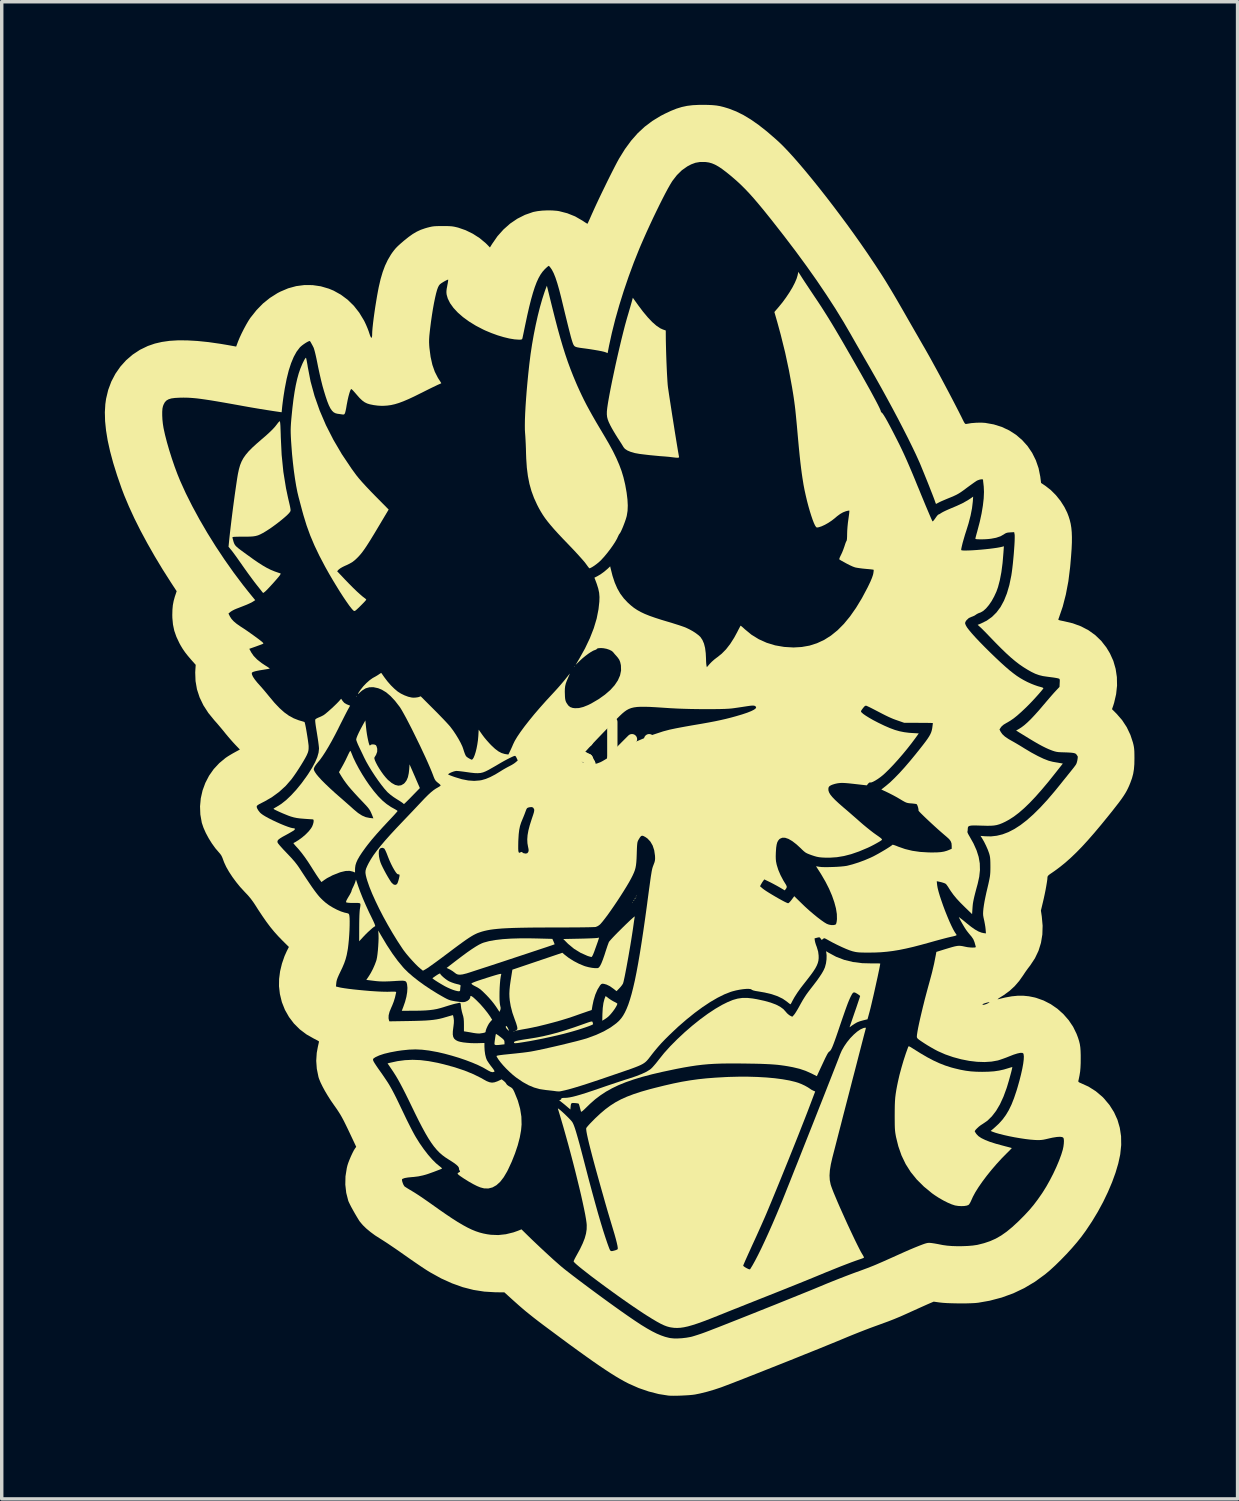
<source format=kicad_pcb>
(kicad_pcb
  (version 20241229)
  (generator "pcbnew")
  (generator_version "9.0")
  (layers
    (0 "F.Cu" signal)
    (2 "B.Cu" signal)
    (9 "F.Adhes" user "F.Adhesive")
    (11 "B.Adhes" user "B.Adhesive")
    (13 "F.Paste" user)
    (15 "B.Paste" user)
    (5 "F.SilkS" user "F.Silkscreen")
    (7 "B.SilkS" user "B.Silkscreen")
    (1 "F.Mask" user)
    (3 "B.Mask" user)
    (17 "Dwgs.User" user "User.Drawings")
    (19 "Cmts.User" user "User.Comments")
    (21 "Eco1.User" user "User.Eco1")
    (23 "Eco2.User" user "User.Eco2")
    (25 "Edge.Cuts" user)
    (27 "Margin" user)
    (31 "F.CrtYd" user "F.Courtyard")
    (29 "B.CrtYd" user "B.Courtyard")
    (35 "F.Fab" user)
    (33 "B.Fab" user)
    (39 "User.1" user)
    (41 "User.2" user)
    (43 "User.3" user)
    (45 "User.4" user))
  (footprint "sky"
    (layer "F.Cu")
    (at 14.977 18.775)
    (property "Reference" "sky" (at 0 0 0) (layer "F.SilkS") (effects (font (size 1.5 1.5) (thickness 0.3))))
    (attr board_only exclude_from_pos_files exclude_from_bom)
    (fp_poly (pts (xy -7.647 -1.572) (xy -7.656 -1.564) (xy -7.665 -1.572) (xy -7.656 -1.581)) (stroke (width 0) (type solid)) (fill yes) (layer "F.SilkS"))
    (fp_poly (pts (xy -1.306 -2.432) (xy -1.315 -2.423) (xy -1.323 -2.432) (xy -1.315 -2.44)) (stroke (width 0) (type solid)) (fill yes) (layer "F.SilkS"))
    (fp_poly (pts (xy 0.378 4.425) (xy 0.369 4.434) (xy 0.361 4.425) (xy 0.369 4.417)) (stroke (width 0) (type solid)) (fill yes) (layer "F.SilkS"))
    (fp_poly (pts (xy 0.481 4.271) (xy 0.473 4.279) (xy 0.464 4.271) (xy 0.473 4.262)) (stroke (width 0) (type solid)) (fill yes) (layer "F.SilkS"))
    (fp_poly (pts (xy 0.498 4.236) (xy 0.49 4.245) (xy 0.481 4.236) (xy 0.49 4.228)) (stroke (width 0) (type solid)) (fill yes) (layer "F.SilkS"))
    (fp_poly (pts (xy -3.065 8.169) (xy -3.067 8.179) (xy -3.076 8.18) (xy -3.09 8.174) (xy -3.088 8.169) (xy -3.067 8.167)) (stroke (width 0) (type solid)) (fill yes) (layer "F.SilkS"))
    (fp_poly (pts (xy 0.424 4.359) (xy 0.421 4.365) (xy 0.405 4.381) (xy 0.402 4.382) (xy 0.401 4.371) (xy 0.404 4.365) (xy 0.42 4.349) (xy 0.423 4.348)) (stroke (width 0) (type solid)) (fill yes) (layer "F.SilkS"))
    (fp_poly (pts (xy 0.459 4.307) (xy 0.455 4.314) (xy 0.439 4.33) (xy 0.436 4.331) (xy 0.435 4.32) (xy 0.438 4.314) (xy 0.454 4.297) (xy 0.457 4.296)) (stroke (width 0) (type solid)) (fill yes) (layer "F.SilkS"))
    (fp_poly (pts (xy -3.288 8.028) (xy -3.265 8.06) (xy -3.251 8.087) (xy -3.231 8.13) (xy -3.219 8.158) (xy -3.218 8.163) (xy -3.232 8.153) (xy -3.262 8.127) (xy -3.27 8.119) (xy -3.306 8.076) (xy -3.316 8.04) (xy -3.303 8.019)) (stroke (width 0) (type solid)) (fill yes) (layer "F.SilkS"))
    (fp_poly (pts (xy -3.584 8.259) (xy -3.549 8.282) (xy -3.499 8.318) (xy -3.474 8.337) (xy -3.415 8.383) (xy -3.379 8.417) (xy -3.36 8.444) (xy -3.353 8.472) (xy -3.352 8.491) (xy -3.351 8.554) (xy -3.441 8.564) (xy -3.529 8.574) (xy -3.588 8.576) (xy -3.624 8.57) (xy -3.64 8.556) (xy -3.643 8.54) (xy -3.641 8.507) (xy -3.635 8.454) (xy -3.626 8.393) (xy -3.617 8.333) (xy -3.608 8.283) (xy -3.601 8.255) (xy -3.6 8.252)) (stroke (width 0) (type solid)) (fill yes) (layer "F.SilkS"))
    (fp_poly (pts (xy -0.32 7.218) (xy -0.257 7.261) (xy -0.19 7.301) (xy -0.15 7.321) (xy -0.104 7.345) (xy -0.074 7.365) (xy -0.069 7.374) (xy -0.079 7.41) (xy -0.108 7.465) (xy -0.15 7.532) (xy -0.201 7.602) (xy -0.218 7.623) (xy -0.28 7.697) (xy -0.334 7.751) (xy -0.391 7.795) (xy -0.446 7.831) (xy -0.507 7.868) (xy -0.503 7.676) (xy -0.493 7.498) (xy -0.473 7.352) (xy -0.443 7.236) (xy -0.435 7.215) (xy -0.409 7.15)) (stroke (width 0) (type solid)) (fill yes) (layer "F.SilkS"))
    (fp_poly (pts (xy -0.604 5.454) (xy -0.606 5.471) (xy -0.616 5.504) (xy -0.633 5.557) (xy -0.66 5.633) (xy -0.697 5.737) (xy -0.706 5.761) (xy -0.743 5.865) (xy -0.773 5.939) (xy -0.796 5.986) (xy -0.813 6.009) (xy -0.823 6.014) (xy -0.854 6.007) (xy -0.904 5.993) (xy -0.937 5.982) (xy -1.137 5.893) (xy -1.327 5.776) (xy -1.498 5.635) (xy -1.529 5.604) (xy -1.641 5.491) (xy -1.151 5.481) (xy -1.024 5.478) (xy -0.906 5.474) (xy -0.803 5.47) (xy -0.72 5.466) (xy -0.661 5.461) (xy -0.631 5.457) (xy -0.629 5.457) (xy -0.616 5.451) (xy -0.607 5.449)) (stroke (width 0) (type solid)) (fill yes) (layer "F.SilkS"))
    (fp_poly (pts (xy -5.224 6.495) (xy -5.211 6.521) (xy -5.176 6.56) (xy -5.126 6.606) (xy -5.069 6.652) (xy -5.01 6.694) (xy -4.964 6.721) (xy -4.89 6.753) (xy -4.804 6.783) (xy -4.741 6.8) (xy -4.678 6.815) (xy -4.643 6.827) (xy -4.629 6.841) (xy -4.629 6.859) (xy -4.63 6.863) (xy -4.637 6.907) (xy -4.64 6.956) (xy -4.644 6.994) (xy -4.66 7.009) (xy -4.687 7.011) (xy -4.727 7.005) (xy -4.787 6.99) (xy -4.85 6.97) (xy -4.928 6.939) (xy -5.014 6.9) (xy -5.082 6.866) (xy -5.147 6.829) (xy -5.218 6.787) (xy -5.289 6.744) (xy -5.353 6.703) (xy -5.405 6.668) (xy -5.438 6.643) (xy -5.447 6.634) (xy -5.434 6.621) (xy -5.398 6.595) (xy -5.348 6.56) (xy -5.336 6.552) (xy -5.284 6.519) (xy -5.245 6.499) (xy -5.225 6.493)) (stroke (width 0) (type solid)) (fill yes) (layer "F.SilkS"))
    (fp_poly (pts (xy -3.446 6.507) (xy -3.445 6.511) (xy -3.46 6.581) (xy -3.474 6.676) (xy -3.484 6.788) (xy -3.492 6.911) (xy -3.496 7.037) (xy -3.497 7.158) (xy -3.495 7.269) (xy -3.488 7.361) (xy -3.477 7.427) (xy -3.475 7.436) (xy -3.463 7.491) (xy -3.466 7.533) (xy -3.475 7.56) (xy -3.497 7.611) (xy -3.6 7.454) (xy -3.661 7.37) (xy -3.739 7.273) (xy -3.826 7.176) (xy -3.884 7.115) (xy -3.964 7.036) (xy -4.028 6.977) (xy -4.083 6.934) (xy -4.137 6.9) (xy -4.189 6.873) (xy -4.252 6.84) (xy -4.296 6.811) (xy -4.313 6.79) (xy -4.313 6.788) (xy -4.302 6.776) (xy -4.268 6.759) (xy -4.209 6.735) (xy -4.122 6.704) (xy -4.007 6.666) (xy -3.875 6.623) (xy -3.738 6.58) (xy -3.63 6.547) (xy -3.55 6.524) (xy -3.495 6.51) (xy -3.461 6.505)) (stroke (width 0) (type solid)) (fill yes) (layer "F.SilkS"))
    (fp_poly (pts (xy -0.796 7.895) (xy -0.79 7.906) (xy -0.788 7.911) (xy -0.778 7.95) (xy -0.775 7.968) (xy -0.79 7.981) (xy -0.834 8.001) (xy -0.903 8.028) (xy -0.993 8.06) (xy -1.098 8.095) (xy -1.216 8.133) (xy -1.343 8.171) (xy -1.464 8.205) (xy -1.627 8.249) (xy -1.814 8.294) (xy -2.017 8.34) (xy -2.226 8.385) (xy -2.431 8.426) (xy -2.622 8.462) (xy -2.678 8.471) (xy -2.805 8.492) (xy -2.902 8.507) (xy -2.972 8.517) (xy -3.021 8.521) (xy -3.052 8.521) (xy -3.069 8.516) (xy -3.075 8.506) (xy -3.076 8.499) (xy -3.07 8.485) (xy -3.05 8.471) (xy -3.012 8.458) (xy -2.952 8.444) (xy -2.868 8.428) (xy -2.755 8.41) (xy -2.654 8.395) (xy -2.438 8.36) (xy -2.229 8.319) (xy -2.02 8.27) (xy -1.805 8.213) (xy -1.577 8.144) (xy -1.33 8.063) (xy -1.108 7.985) (xy -1.001 7.947) (xy -0.922 7.919) (xy -0.866 7.901) (xy -0.83 7.892) (xy -0.808 7.891)) (stroke (width 0) (type solid)) (fill yes) (layer "F.SilkS"))
    (fp_poly (pts (xy -7.607 3.955) (xy -7.546 4.123) (xy -7.471 4.311) (xy -7.384 4.511) (xy -7.291 4.714) (xy -7.216 4.867) (xy -7.167 4.969) (xy -7.133 5.045) (xy -7.115 5.095) (xy -7.113 5.117) (xy -7.114 5.118) (xy -7.146 5.137) (xy -7.196 5.175) (xy -7.257 5.229) (xy -7.326 5.292) (xy -7.395 5.36) (xy -7.455 5.423) (xy -7.579 5.557) (xy -7.578 5.155) (xy -7.577 5.032) (xy -7.575 4.913) (xy -7.572 4.806) (xy -7.567 4.716) (xy -7.562 4.651) (xy -7.56 4.631) (xy -7.547 4.551) (xy -7.541 4.497) (xy -7.546 4.464) (xy -7.567 4.448) (xy -7.61 4.442) (xy -7.679 4.442) (xy -7.737 4.442) (xy -7.83 4.441) (xy -7.901 4.436) (xy -7.945 4.429) (xy -7.957 4.424) (xy -7.96 4.404) (xy -7.948 4.368) (xy -7.916 4.309) (xy -7.889 4.263) (xy -7.851 4.2) (xy -7.822 4.145) (xy -7.805 4.108) (xy -7.802 4.097) (xy -7.795 4.069) (xy -7.776 4.022) (xy -7.756 3.982) (xy -7.727 3.919) (xy -7.701 3.857) (xy -7.691 3.828) (xy -7.672 3.763)) (stroke (width 0) (type solid)) (fill yes) (layer "F.SilkS"))
    (fp_poly (pts (xy -2.573 5.472) (xy -2.419 5.475) (xy -1.959 5.487) (xy -1.924 5.565) (xy -1.905 5.61) (xy -1.895 5.64) (xy -1.894 5.646) (xy -1.912 5.652) (xy -1.96 5.669) (xy -2.034 5.694) (xy -2.131 5.727) (xy -2.249 5.766) (xy -2.385 5.811) (xy -2.535 5.861) (xy -2.697 5.915) (xy -2.867 5.971) (xy -3.042 6.029) (xy -3.22 6.088) (xy -3.397 6.147) (xy -3.571 6.204) (xy -3.738 6.259) (xy -3.895 6.31) (xy -4.04 6.357) (xy -4.168 6.399) (xy -4.278 6.435) (xy -4.366 6.464) (xy -4.43 6.484) (xy -4.465 6.495) (xy -4.468 6.495) (xy -4.569 6.52) (xy -4.647 6.529) (xy -4.707 6.524) (xy -4.759 6.502) (xy -4.802 6.469) (xy -4.861 6.425) (xy -4.929 6.383) (xy -4.952 6.371) (xy -5.034 6.332) (xy -4.764 6.124) (xy -4.587 5.99) (xy -4.434 5.877) (xy -4.301 5.785) (xy -4.187 5.711) (xy -4.091 5.655) (xy -4.008 5.615) (xy -3.955 5.595) (xy -3.801 5.553) (xy -3.617 5.52) (xy -3.403 5.495) (xy -3.158 5.479) (xy -2.882 5.471)) (stroke (width 0) (type solid)) (fill yes) (layer "F.SilkS"))
    (fp_poly (pts (xy -7.378 -0.66) (xy -7.367 -0.565) (xy -7.353 -0.467) (xy -7.336 -0.372) (xy -7.318 -0.286) (xy -7.301 -0.214) (xy -7.285 -0.163) (xy -7.272 -0.139) (xy -7.269 -0.137) (xy -7.247 -0.15) (xy -7.244 -0.155) (xy -7.218 -0.168) (xy -7.175 -0.171) (xy -7.128 -0.164) (xy -7.093 -0.148) (xy -7.091 -0.146) (xy -7.073 -0.114) (xy -7.058 -0.063) (xy -7.053 -0.04) (xy -7.055 0.044) (xy -7.087 0.132) (xy -7.134 0.207) (xy -7.137 0.238) (xy -7.122 0.291) (xy -7.091 0.361) (xy -7.048 0.443) (xy -6.995 0.532) (xy -6.936 0.622) (xy -6.873 0.71) (xy -6.809 0.789) (xy -6.748 0.856) (xy -6.739 0.864) (xy -6.633 0.952) (xy -6.533 1.008) (xy -6.441 1.03) (xy -6.357 1.019) (xy -6.281 0.975) (xy -6.253 0.949) (xy -6.2 0.876) (xy -6.161 0.784) (xy -6.136 0.668) (xy -6.123 0.553) (xy -6.113 0.41) (xy -6.066 0.519) (xy -6.041 0.575) (xy -6.007 0.653) (xy -5.967 0.745) (xy -5.926 0.839) (xy -5.916 0.864) (xy -5.813 1.1) (xy -6.039 1.332) (xy -6.11 1.405) (xy -6.173 1.468) (xy -6.225 1.519) (xy -6.26 1.552) (xy -6.276 1.564) (xy -6.276 1.564) (xy -6.295 1.552) (xy -6.298 1.547) (xy -6.316 1.532) (xy -6.358 1.503) (xy -6.416 1.465) (xy -6.484 1.423) (xy -6.579 1.361) (xy -6.67 1.293) (xy -6.745 1.228) (xy -6.762 1.211) (xy -6.84 1.124) (xy -6.928 1.013) (xy -7.023 0.885) (xy -7.119 0.746) (xy -7.213 0.602) (xy -7.299 0.461) (xy -7.374 0.329) (xy -7.433 0.213) (xy -7.434 0.211) (xy -7.467 0.141) (xy -7.509 0.053) (xy -7.553 -0.038) (xy -7.578 -0.09) (xy -7.613 -0.165) (xy -7.641 -0.234) (xy -7.66 -0.287) (xy -7.665 -0.314) (xy -7.656 -0.355) (xy -7.63 -0.423) (xy -7.589 -0.513) (xy -7.534 -0.622) (xy -7.466 -0.747) (xy -7.461 -0.756) (xy -7.399 -0.868)) (stroke (width 0) (type solid)) (fill yes) (layer "F.SilkS"))
    (fp_poly (pts (xy -5.796 9.014) (xy -5.555 9.044) (xy -5.296 9.093) (xy -5.115 9.136) (xy -4.798 9.223) (xy -4.513 9.318) (xy -4.26 9.421) (xy -4.036 9.532) (xy -3.97 9.57) (xy -3.87 9.625) (xy -3.788 9.657) (xy -3.715 9.669) (xy -3.643 9.66) (xy -3.563 9.633) (xy -3.534 9.62) (xy -3.434 9.573) (xy -3.374 9.619) (xy -3.332 9.656) (xy -3.303 9.694) (xy -3.299 9.704) (xy -3.275 9.734) (xy -3.232 9.767) (xy -3.2 9.785) (xy -3.154 9.812) (xy -3.121 9.841) (xy -3.093 9.883) (xy -3.063 9.945) (xy -2.964 10.19) (xy -2.897 10.427) (xy -2.86 10.658) (xy -2.854 10.887) (xy -2.869 11.057) (xy -2.907 11.266) (xy -2.966 11.492) (xy -3.045 11.728) (xy -3.14 11.967) (xy -3.249 12.202) (xy -3.276 12.255) (xy -3.374 12.421) (xy -3.477 12.554) (xy -3.586 12.653) (xy -3.7 12.717) (xy -3.82 12.748) (xy -3.945 12.745) (xy -4.053 12.717) (xy -4.15 12.677) (xy -4.265 12.619) (xy -4.39 12.548) (xy -4.517 12.469) (xy -4.549 12.448) (xy -4.627 12.395) (xy -4.679 12.357) (xy -4.707 12.33) (xy -4.716 12.311) (xy -4.706 12.297) (xy -4.685 12.285) (xy -4.647 12.261) (xy -4.644 12.24) (xy -4.657 12.227) (xy -4.67 12.204) (xy -4.674 12.168) (xy -4.682 12.136) (xy -4.707 12.099) (xy -4.752 12.057) (xy -4.821 12.005) (xy -4.915 11.943) (xy -4.984 11.9) (xy -5.076 11.84) (xy -5.163 11.775) (xy -5.245 11.703) (xy -5.324 11.621) (xy -5.403 11.526) (xy -5.482 11.417) (xy -5.564 11.291) (xy -5.65 11.145) (xy -5.742 10.977) (xy -5.843 10.783) (xy -5.952 10.563) (xy -6.049 10.363) (xy -6.148 10.159) (xy -6.235 9.983) (xy -6.313 9.83) (xy -6.383 9.697) (xy -6.448 9.579) (xy -6.51 9.474) (xy -6.572 9.376) (xy -6.635 9.281) (xy -6.644 9.268) (xy -6.753 9.109) (xy -6.689 9.093) (xy -6.465 9.044) (xy -6.246 9.015) (xy -6.025 9.005)) (stroke (width 0) (type solid)) (fill yes) (layer "F.SilkS"))
    (fp_poly (pts (xy 0.533 -12.952) (xy 0.679 -12.758) (xy 0.817 -12.593) (xy 0.946 -12.457) (xy 1.067 -12.351) (xy 1.178 -12.276) (xy 1.255 -12.241) (xy 1.34 -12.211) (xy 1.341 -12.064) (xy 1.342 -11.938) (xy 1.345 -11.794) (xy 1.349 -11.636) (xy 1.354 -11.471) (xy 1.36 -11.304) (xy 1.367 -11.141) (xy 1.374 -10.987) (xy 1.382 -10.847) (xy 1.389 -10.728) (xy 1.396 -10.634) (xy 1.4 -10.595) (xy 1.406 -10.545) (xy 1.418 -10.467) (xy 1.433 -10.363) (xy 1.452 -10.238) (xy 1.474 -10.096) (xy 1.498 -9.941) (xy 1.523 -9.777) (xy 1.55 -9.608) (xy 1.577 -9.438) (xy 1.603 -9.271) (xy 1.629 -9.111) (xy 1.653 -8.963) (xy 1.675 -8.829) (xy 1.694 -8.715) (xy 1.71 -8.624) (xy 1.721 -8.561) (xy 1.726 -8.537) (xy 1.725 -8.521) (xy 1.71 -8.512) (xy 1.678 -8.509) (xy 1.621 -8.513) (xy 1.537 -8.523) (xy 1.512 -8.526) (xy 1.429 -8.536) (xy 1.339 -8.544) (xy 1.289 -8.548) (xy 1.165 -8.557) (xy 1.019 -8.571) (xy 0.864 -8.586) (xy 0.712 -8.604) (xy 0.575 -8.621) (xy 0.569 -8.622) (xy 0.437 -8.646) (xy 0.32 -8.68) (xy 0.223 -8.721) (xy 0.152 -8.768) (xy 0.112 -8.816) (xy 0.093 -8.848) (xy 0.06 -8.902) (xy 0.016 -8.971) (xy -0.034 -9.049) (xy -0.053 -9.077) (xy -0.112 -9.171) (xy -0.174 -9.274) (xy -0.231 -9.373) (xy -0.276 -9.457) (xy -0.278 -9.462) (xy -0.319 -9.548) (xy -0.348 -9.624) (xy -0.366 -9.695) (xy -0.374 -9.771) (xy -0.373 -9.857) (xy -0.362 -9.96) (xy -0.343 -10.088) (xy -0.336 -10.131) (xy -0.304 -10.312) (xy -0.265 -10.518) (xy -0.22 -10.742) (xy -0.17 -10.978) (xy -0.118 -11.222) (xy -0.063 -11.467) (xy -0.007 -11.708) (xy 0.048 -11.94) (xy 0.102 -12.157) (xy 0.152 -12.353) (xy 0.199 -12.523) (xy 0.215 -12.58) (xy 0.249 -12.694) (xy 0.281 -12.805) (xy 0.31 -12.904) (xy 0.333 -12.986) (xy 0.35 -13.044) (xy 0.353 -13.056) (xy 0.382 -13.163)) (stroke (width 0) (type solid)) (fill yes) (layer "F.SilkS"))
    (fp_poly (pts (xy -9.119 -11.396) (xy -9.108 -11.347) (xy -9.095 -11.277) (xy -9.08 -11.192) (xy -9.075 -11.155) (xy -8.993 -10.731) (xy -8.877 -10.306) (xy -8.727 -9.88) (xy -8.545 -9.456) (xy -8.329 -9.032) (xy -8.082 -8.611) (xy -7.802 -8.194) (xy -7.667 -8.008) (xy -7.595 -7.918) (xy -7.499 -7.807) (xy -7.381 -7.678) (xy -7.244 -7.533) (xy -7.12 -7.406) (xy -6.721 -7.002) (xy -7.038 -6.47) (xy -7.141 -6.298) (xy -7.229 -6.154) (xy -7.305 -6.032) (xy -7.37 -5.931) (xy -7.428 -5.846) (xy -7.48 -5.774) (xy -7.528 -5.713) (xy -7.576 -5.658) (xy -7.624 -5.607) (xy -7.63 -5.601) (xy -7.702 -5.533) (xy -7.772 -5.478) (xy -7.852 -5.431) (xy -7.95 -5.383) (xy -7.994 -5.364) (xy -8.062 -5.331) (xy -8.124 -5.295) (xy -8.167 -5.263) (xy -8.173 -5.258) (xy -8.22 -5.208) (xy -7.998 -4.973) (xy -7.881 -4.852) (xy -7.767 -4.737) (xy -7.66 -4.633) (xy -7.564 -4.545) (xy -7.483 -4.475) (xy -7.432 -4.436) (xy -7.395 -4.408) (xy -7.374 -4.386) (xy -7.373 -4.381) (xy -7.384 -4.364) (xy -7.415 -4.328) (xy -7.46 -4.281) (xy -7.513 -4.227) (xy -7.568 -4.172) (xy -7.62 -4.122) (xy -7.663 -4.083) (xy -7.692 -4.06) (xy -7.695 -4.058) (xy -7.718 -4.05) (xy -7.74 -4.059) (xy -7.769 -4.087) (xy -7.798 -4.12) (xy -7.867 -4.208) (xy -7.948 -4.323) (xy -8.04 -4.459) (xy -8.139 -4.612) (xy -8.242 -4.779) (xy -8.348 -4.954) (xy -8.453 -5.133) (xy -8.554 -5.313) (xy -8.576 -5.353) (xy -8.74 -5.665) (xy -8.881 -5.961) (xy -9.003 -6.25) (xy -9.108 -6.539) (xy -9.199 -6.835) (xy -9.236 -6.969) (xy -9.263 -7.071) (xy -9.292 -7.18) (xy -9.319 -7.282) (xy -9.339 -7.355) (xy -9.376 -7.51) (xy -9.412 -7.694) (xy -9.446 -7.902) (xy -9.478 -8.128) (xy -9.506 -8.367) (xy -9.531 -8.613) (xy -9.55 -8.863) (xy -9.559 -8.992) (xy -9.566 -9.124) (xy -9.57 -9.232) (xy -9.571 -9.327) (xy -9.568 -9.417) (xy -9.562 -9.514) (xy -9.553 -9.627) (xy -9.549 -9.671) (xy -9.521 -9.952) (xy -9.491 -10.202) (xy -9.458 -10.424) (xy -9.422 -10.622) (xy -9.382 -10.8) (xy -9.338 -10.96) (xy -9.288 -11.105) (xy -9.232 -11.24) (xy -9.209 -11.288) (xy -9.178 -11.349) (xy -9.151 -11.394) (xy -9.132 -11.416) (xy -9.126 -11.417)) (stroke (width 0) (type solid)) (fill yes) (layer "F.SilkS"))
    (fp_poly (pts (xy 0.438 4.836) (xy 0.433 4.867) (xy 0.424 4.924) (xy 0.413 4.997) (xy 0.403 5.07) (xy 0.384 5.206) (xy 0.361 5.356) (xy 0.336 5.515) (xy 0.309 5.68) (xy 0.28 5.847) (xy 0.252 6.011) (xy 0.223 6.17) (xy 0.196 6.319) (xy 0.17 6.454) (xy 0.147 6.572) (xy 0.126 6.669) (xy 0.11 6.74) (xy 0.097 6.783) (xy 0.094 6.79) (xy 0.066 6.834) (xy 0.023 6.888) (xy -0.014 6.928) (xy -0.092 7.008) (xy -0.178 6.94) (xy -0.285 6.864) (xy -0.381 6.817) (xy -0.46 6.795) (xy -0.506 6.791) (xy -0.535 6.802) (xy -0.565 6.833) (xy -0.572 6.842) (xy -0.646 6.962) (xy -0.71 7.11) (xy -0.761 7.279) (xy -0.792 7.426) (xy -0.814 7.556) (xy -0.944 7.6) (xy -1.006 7.622) (xy -1.091 7.651) (xy -1.191 7.686) (xy -1.295 7.723) (xy -1.349 7.742) (xy -1.518 7.798) (xy -1.71 7.857) (xy -1.918 7.915) (xy -2.13 7.971) (xy -2.338 8.022) (xy -2.532 8.065) (xy -2.681 8.095) (xy -2.779 8.112) (xy -2.867 8.128) (xy -2.94 8.142) (xy -2.99 8.151) (xy -3.007 8.155) (xy -3.05 8.164) (xy -3.01 8.143) (xy -2.984 8.124) (xy -2.976 8.098) (xy -2.98 8.055) (xy -2.992 8.009) (xy -3.012 7.942) (xy -3.039 7.867) (xy -3.051 7.836) (xy -3.121 7.636) (xy -3.17 7.445) (xy -3.198 7.278) (xy -3.207 7.181) (xy -3.21 7.081) (xy -3.205 6.972) (xy -3.193 6.846) (xy -3.172 6.697) (xy -3.159 6.616) (xy -3.122 6.383) (xy -2.395 6.137) (xy -1.668 5.891) (xy -1.608 5.943) (xy -1.484 6.039) (xy -1.339 6.131) (xy -1.185 6.211) (xy -1.036 6.273) (xy -0.994 6.287) (xy -0.902 6.311) (xy -0.809 6.329) (xy -0.723 6.338) (xy -0.656 6.339) (xy -0.631 6.335) (xy -0.601 6.316) (xy -0.569 6.27) (xy -0.532 6.197) (xy -0.491 6.094) (xy -0.444 5.96) (xy -0.412 5.859) (xy -0.383 5.771) (xy -0.356 5.69) (xy -0.332 5.625) (xy -0.316 5.583) (xy -0.313 5.577) (xy -0.295 5.552) (xy -0.257 5.509) (xy -0.204 5.451) (xy -0.139 5.383) (xy -0.065 5.307) (xy 0.015 5.228) (xy 0.096 5.147) (xy 0.176 5.069) (xy 0.251 4.997) (xy 0.318 4.934) (xy 0.374 4.884) (xy 0.414 4.849) (xy 0.436 4.834)) (stroke (width 0) (type solid)) (fill yes) (layer "F.SilkS"))
    (fp_poly (pts (xy -1.97 -12.913) (xy -1.887 -12.583) (xy -1.809 -12.283) (xy -1.733 -12.009) (xy -1.659 -11.757) (xy -1.585 -11.522) (xy -1.51 -11.301) (xy -1.432 -11.089) (xy -1.351 -10.883) (xy -1.265 -10.678) (xy -1.229 -10.595) (xy -1.164 -10.452) (xy -1.099 -10.314) (xy -1.032 -10.177) (xy -0.96 -10.037) (xy -0.88 -9.89) (xy -0.791 -9.73) (xy -0.69 -9.554) (xy -0.574 -9.358) (xy -0.456 -9.16) (xy -0.316 -8.92) (xy -0.197 -8.702) (xy -0.098 -8.499) (xy -0.015 -8.308) (xy 0.054 -8.124) (xy 0.109 -7.941) (xy 0.153 -7.757) (xy 0.162 -7.716) (xy 0.202 -7.491) (xy 0.226 -7.293) (xy 0.235 -7.119) (xy 0.229 -6.965) (xy 0.207 -6.827) (xy 0.198 -6.79) (xy 0.178 -6.723) (xy 0.151 -6.644) (xy 0.119 -6.559) (xy 0.086 -6.476) (xy 0.054 -6.403) (xy 0.026 -6.345) (xy 0.006 -6.311) (xy 0.002 -6.307) (xy -0.023 -6.273) (xy -0.045 -6.226) (xy -0.047 -6.223) (xy -0.08 -6.151) (xy -0.132 -6.061) (xy -0.199 -5.958) (xy -0.277 -5.848) (xy -0.362 -5.738) (xy -0.448 -5.634) (xy -0.532 -5.542) (xy -0.55 -5.523) (xy -0.607 -5.47) (xy -0.673 -5.417) (xy -0.741 -5.367) (xy -0.804 -5.327) (xy -0.854 -5.301) (xy -0.882 -5.293) (xy -0.895 -5.306) (xy -0.923 -5.341) (xy -0.961 -5.393) (xy -0.985 -5.426) (xy -1.019 -5.471) (xy -1.075 -5.536) (xy -1.147 -5.617) (xy -1.232 -5.711) (xy -1.327 -5.814) (xy -1.428 -5.92) (xy -1.494 -5.989) (xy -1.654 -6.155) (xy -1.791 -6.301) (xy -1.909 -6.431) (xy -2.009 -6.547) (xy -2.096 -6.653) (xy -2.171 -6.752) (xy -2.237 -6.849) (xy -2.296 -6.945) (xy -2.353 -7.046) (xy -2.402 -7.141) (xy -2.493 -7.34) (xy -2.567 -7.541) (xy -2.626 -7.751) (xy -2.67 -7.975) (xy -2.701 -8.217) (xy -2.719 -8.483) (xy -2.725 -8.653) (xy -2.728 -8.778) (xy -2.733 -8.905) (xy -2.739 -9.026) (xy -2.745 -9.131) (xy -2.751 -9.211) (xy -2.752 -9.22) (xy -2.758 -9.32) (xy -2.759 -9.451) (xy -2.757 -9.61) (xy -2.75 -9.792) (xy -2.739 -9.996) (xy -2.724 -10.217) (xy -2.706 -10.453) (xy -2.684 -10.699) (xy -2.659 -10.954) (xy -2.631 -11.213) (xy -2.628 -11.239) (xy -2.593 -11.518) (xy -2.55 -11.803) (xy -2.5 -12.088) (xy -2.444 -12.367) (xy -2.384 -12.636) (xy -2.32 -12.89) (xy -2.254 -13.122) (xy -2.187 -13.329) (xy -2.151 -13.429) (xy -2.118 -13.513)) (stroke (width 0) (type solid)) (fill yes) (layer "F.SilkS"))
    (fp_poly (pts (xy 8.424 8.615) (xy 8.459 8.633) (xy 8.515 8.668) (xy 8.736 8.807) (xy 8.937 8.925) (xy 9.124 9.024) (xy 9.3 9.105) (xy 9.471 9.172) (xy 9.642 9.227) (xy 9.736 9.252) (xy 9.912 9.294) (xy 10.069 9.323) (xy 10.22 9.342) (xy 10.378 9.352) (xy 10.543 9.355) (xy 10.727 9.351) (xy 10.888 9.34) (xy 11.033 9.319) (xy 11.173 9.288) (xy 11.284 9.255) (xy 11.346 9.236) (xy 11.394 9.222) (xy 11.419 9.216) (xy 11.421 9.216) (xy 11.419 9.235) (xy 11.409 9.281) (xy 11.393 9.348) (xy 11.371 9.43) (xy 11.346 9.521) (xy 11.32 9.615) (xy 11.293 9.706) (xy 11.268 9.789) (xy 11.255 9.83) (xy 11.163 10.08) (xy 11.061 10.301) (xy 10.949 10.491) (xy 10.826 10.65) (xy 10.695 10.778) (xy 10.565 10.867) (xy 10.507 10.904) (xy 10.448 10.949) (xy 10.395 10.998) (xy 10.353 11.042) (xy 10.331 11.076) (xy 10.328 11.085) (xy 10.338 11.105) (xy 10.361 11.141) (xy 10.377 11.164) (xy 10.434 11.224) (xy 10.518 11.281) (xy 10.631 11.337) (xy 10.774 11.393) (xy 10.948 11.448) (xy 11.136 11.499) (xy 11.226 11.523) (xy 11.304 11.543) (xy 11.363 11.559) (xy 11.398 11.569) (xy 11.406 11.572) (xy 11.396 11.585) (xy 11.366 11.617) (xy 11.321 11.663) (xy 11.264 11.719) (xy 11.263 11.72) (xy 11.11 11.875) (xy 10.959 12.04) (xy 10.814 12.209) (xy 10.676 12.38) (xy 10.551 12.547) (xy 10.44 12.707) (xy 10.347 12.855) (xy 10.275 12.988) (xy 10.242 13.062) (xy 10.205 13.143) (xy 10.171 13.201) (xy 10.145 13.228) (xy 10.096 13.246) (xy 10.023 13.258) (xy 9.937 13.261) (xy 9.847 13.256) (xy 9.764 13.243) (xy 9.753 13.241) (xy 9.655 13.209) (xy 9.539 13.159) (xy 9.413 13.095) (xy 9.284 13.021) (xy 9.161 12.941) (xy 9.086 12.888) (xy 8.848 12.692) (xy 8.642 12.487) (xy 8.466 12.27) (xy 8.319 12.038) (xy 8.199 11.789) (xy 8.105 11.52) (xy 8.039 11.252) (xy 8.027 11.187) (xy 8.017 11.127) (xy 8.01 11.065) (xy 8.005 10.996) (xy 8.002 10.913) (xy 8.001 10.81) (xy 8 10.682) (xy 8 10.621) (xy 8.001 10.459) (xy 8.003 10.324) (xy 8.008 10.207) (xy 8.016 10.1) (xy 8.029 9.996) (xy 8.046 9.887) (xy 8.069 9.764) (xy 8.095 9.638) (xy 8.139 9.446) (xy 8.195 9.238) (xy 8.257 9.025) (xy 8.324 8.82) (xy 8.39 8.637) (xy 8.395 8.625) (xy 8.405 8.613)) (stroke (width 0) (type solid)) (fill yes) (layer "F.SilkS"))
    (fp_poly (pts (xy -9.882 -9.558) (xy -9.876 -9.514) (xy -9.87 -9.44) (xy -9.866 -9.335) (xy -9.861 -9.197) (xy -9.859 -9.113) (xy -9.834 -8.595) (xy -9.784 -8.098) (xy -9.707 -7.622) (xy -9.649 -7.347) (xy -9.621 -7.227) (xy -9.6 -7.137) (xy -9.586 -7.071) (xy -9.578 -7.024) (xy -9.574 -6.992) (xy -9.575 -6.971) (xy -9.579 -6.956) (xy -9.586 -6.941) (xy -9.587 -6.939) (xy -9.617 -6.899) (xy -9.671 -6.844) (xy -9.744 -6.778) (xy -9.831 -6.705) (xy -9.929 -6.627) (xy -10.031 -6.55) (xy -10.133 -6.476) (xy -10.232 -6.41) (xy -10.29 -6.373) (xy -10.379 -6.32) (xy -10.454 -6.281) (xy -10.521 -6.252) (xy -10.59 -6.233) (xy -10.666 -6.221) (xy -10.757 -6.215) (xy -10.871 -6.213) (xy -10.951 -6.213) (xy -11.065 -6.213) (xy -11.148 -6.211) (xy -11.206 -6.209) (xy -11.242 -6.205) (xy -11.261 -6.199) (xy -11.267 -6.191) (xy -11.266 -6.187) (xy -11.248 -6.12) (xy -11.234 -6.067) (xy -11.219 -6.024) (xy -11.201 -5.987) (xy -11.177 -5.953) (xy -11.142 -5.917) (xy -11.094 -5.876) (xy -11.03 -5.827) (xy -10.946 -5.765) (xy -10.839 -5.687) (xy -10.804 -5.662) (xy -10.642 -5.545) (xy -10.501 -5.449) (xy -10.375 -5.369) (xy -10.26 -5.303) (xy -10.151 -5.249) (xy -10.042 -5.204) (xy -9.928 -5.164) (xy -9.867 -5.145) (xy -9.863 -5.13) (xy -9.884 -5.093) (xy -9.926 -5.039) (xy -10 -4.953) (xy -10.076 -4.867) (xy -10.15 -4.786) (xy -10.217 -4.714) (xy -10.273 -4.656) (xy -10.314 -4.617) (xy -10.327 -4.606) (xy -10.373 -4.574) (xy -10.566 -4.817) (xy -10.637 -4.909) (xy -10.72 -5.021) (xy -10.809 -5.142) (xy -10.897 -5.265) (xy -10.978 -5.379) (xy -10.983 -5.388) (xy -11.054 -5.488) (xy -11.123 -5.586) (xy -11.187 -5.675) (xy -11.242 -5.75) (xy -11.283 -5.804) (xy -11.294 -5.817) (xy -11.379 -5.92) (xy -11.368 -6.032) (xy -11.355 -6.164) (xy -11.338 -6.318) (xy -11.318 -6.49) (xy -11.296 -6.675) (xy -11.272 -6.867) (xy -11.247 -7.063) (xy -11.221 -7.256) (xy -11.196 -7.441) (xy -11.171 -7.615) (xy -11.148 -7.772) (xy -11.128 -7.906) (xy -11.11 -8.014) (xy -11.103 -8.051) (xy -11.075 -8.181) (xy -11.042 -8.295) (xy -11 -8.4) (xy -10.947 -8.498) (xy -10.879 -8.595) (xy -10.795 -8.695) (xy -10.69 -8.801) (xy -10.562 -8.918) (xy -10.423 -9.039) (xy -10.291 -9.152) (xy -10.184 -9.25) (xy -10.096 -9.336) (xy -10.025 -9.414) (xy -9.967 -9.488) (xy -9.954 -9.506) (xy -9.922 -9.545) (xy -9.896 -9.569) (xy -9.888 -9.572)) (stroke (width 0) (type solid)) (fill yes) (layer "F.SilkS"))
    (fp_poly (pts (xy -6.938 5.393) (xy -6.774 5.667) (xy -6.612 5.914) (xy -6.453 6.131) (xy -6.299 6.316) (xy -6.258 6.361) (xy -6.148 6.469) (xy -6.011 6.587) (xy -5.853 6.711) (xy -5.679 6.837) (xy -5.495 6.96) (xy -5.305 7.078) (xy -5.177 7.152) (xy -5.09 7.201) (xy -5.023 7.236) (xy -4.968 7.26) (xy -4.916 7.277) (xy -4.857 7.29) (xy -4.783 7.303) (xy -4.76 7.306) (xy -4.662 7.32) (xy -4.59 7.327) (xy -4.537 7.326) (xy -4.496 7.319) (xy -4.434 7.293) (xy -4.383 7.254) (xy -4.353 7.209) (xy -4.348 7.185) (xy -4.344 7.156) (xy -4.33 7.147) (xy -4.303 7.157) (xy -4.259 7.189) (xy -4.197 7.245) (xy -4.167 7.273) (xy -4.058 7.383) (xy -3.95 7.506) (xy -3.85 7.631) (xy -3.767 7.747) (xy -3.757 7.765) (xy -3.71 7.839) (xy -3.769 7.904) (xy -3.805 7.953) (xy -3.841 8.018) (xy -3.873 8.088) (xy -3.895 8.15) (xy -3.901 8.189) (xy -3.908 8.203) (xy -3.933 8.215) (xy -3.982 8.226) (xy -4.058 8.237) (xy -4.082 8.24) (xy -4.124 8.239) (xy -4.187 8.233) (xy -4.257 8.223) (xy -4.262 8.222) (xy -4.336 8.208) (xy -4.407 8.196) (xy -4.46 8.187) (xy -4.461 8.187) (xy -4.531 8.176) (xy -4.531 7.985) (xy -4.533 7.885) (xy -4.539 7.808) (xy -4.551 7.742) (xy -4.569 7.682) (xy -4.591 7.601) (xy -4.61 7.511) (xy -4.617 7.454) (xy -4.624 7.393) (xy -4.631 7.359) (xy -4.643 7.346) (xy -4.661 7.346) (xy -4.664 7.347) (xy -4.702 7.355) (xy -4.757 7.367) (xy -4.786 7.373) (xy -4.834 7.385) (xy -4.906 7.406) (xy -4.993 7.432) (xy -5.086 7.461) (xy -5.11 7.469) (xy -5.214 7.5) (xy -5.315 7.526) (xy -5.418 7.545) (xy -5.529 7.559) (xy -5.653 7.569) (xy -5.798 7.575) (xy -5.968 7.578) (xy -6.061 7.578) (xy -6.339 7.579) (xy -6.297 7.471) (xy -6.244 7.32) (xy -6.205 7.172) (xy -6.182 7.034) (xy -6.175 6.912) (xy -6.185 6.813) (xy -6.186 6.807) (xy -6.197 6.767) (xy -6.211 6.738) (xy -6.233 6.719) (xy -6.268 6.708) (xy -6.321 6.703) (xy -6.397 6.705) (xy -6.5 6.71) (xy -6.537 6.713) (xy -6.679 6.721) (xy -6.796 6.725) (xy -6.896 6.726) (xy -6.987 6.723) (xy -7.078 6.716) (xy -7.178 6.704) (xy -7.187 6.703) (xy -7.371 6.68) (xy -7.301 6.577) (xy -7.239 6.477) (xy -7.178 6.36) (xy -7.125 6.24) (xy -7.084 6.13) (xy -7.073 6.092) (xy -7.059 6.025) (xy -7.046 5.932) (xy -7.034 5.822) (xy -7.025 5.704) (xy -7.018 5.586) (xy -7.014 5.478) (xy -7.015 5.389) (xy -7.016 5.367) (xy -7.024 5.244)) (stroke (width 0) (type solid)) (fill yes) (layer "F.SilkS"))
    (fp_poly (pts (xy -8.06 -1.433) (xy -8.01 -1.377) (xy -7.94 -1.336) (xy -7.929 -1.332) (xy -7.842 -1.297) (xy -7.9 -1.194) (xy -7.923 -1.152) (xy -7.959 -1.083) (xy -8.004 -0.995) (xy -8.057 -0.89) (xy -8.115 -0.776) (xy -8.175 -0.656) (xy -8.18 -0.644) (xy -8.278 -0.453) (xy -8.376 -0.27) (xy -8.472 -0.101) (xy -8.564 0.051) (xy -8.65 0.182) (xy -8.727 0.288) (xy -8.784 0.356) (xy -8.828 0.41) (xy -8.866 0.464) (xy -8.88 0.491) (xy -8.896 0.529) (xy -8.9 0.557) (xy -8.888 0.591) (xy -8.868 0.63) (xy -8.827 0.692) (xy -8.761 0.772) (xy -8.672 0.869) (xy -8.562 0.979) (xy -8.434 1.101) (xy -8.29 1.233) (xy -8.192 1.319) (xy -8.094 1.404) (xy -7.995 1.491) (xy -7.901 1.574) (xy -7.818 1.647) (xy -7.753 1.706) (xy -7.734 1.723) (xy -7.611 1.825) (xy -7.496 1.899) (xy -7.386 1.946) (xy -7.275 1.969) (xy -7.273 1.969) (xy -7.165 1.981) (xy -7.2 1.891) (xy -7.23 1.82) (xy -7.258 1.762) (xy -7.291 1.71) (xy -7.333 1.656) (xy -7.391 1.592) (xy -7.448 1.531) (xy -7.59 1.382) (xy -7.709 1.253) (xy -7.809 1.141) (xy -7.894 1.041) (xy -7.965 0.949) (xy -8.027 0.863) (xy -8.082 0.778) (xy -8.119 0.718) (xy -8.166 0.637) (xy -8.08 0.486) (xy -8.031 0.397) (xy -7.978 0.295) (xy -7.932 0.199) (xy -7.921 0.176) (xy -7.89 0.11) (xy -7.863 0.057) (xy -7.844 0.024) (xy -7.838 0.017) (xy -7.825 0.032) (xy -7.809 0.068) (xy -7.803 0.082) (xy -7.749 0.216) (xy -7.676 0.368) (xy -7.588 0.533) (xy -7.489 0.703) (xy -7.382 0.871) (xy -7.288 1.008) (xy -7.154 1.186) (xy -7.027 1.336) (xy -6.904 1.461) (xy -6.781 1.564) (xy -6.654 1.65) (xy -6.584 1.689) (xy -6.527 1.721) (xy -6.484 1.747) (xy -6.463 1.765) (xy -6.462 1.768) (xy -6.473 1.784) (xy -6.505 1.821) (xy -6.553 1.875) (xy -6.615 1.942) (xy -6.687 2.019) (xy -6.713 2.046) (xy -6.903 2.25) (xy -7.068 2.433) (xy -7.211 2.599) (xy -7.332 2.75) (xy -7.389 2.825) (xy -7.487 2.961) (xy -7.564 3.077) (xy -7.621 3.176) (xy -7.661 3.264) (xy -7.686 3.343) (xy -7.697 3.42) (xy -7.699 3.465) (xy -7.699 3.556) (xy -7.759 3.531) (xy -7.857 3.508) (xy -7.976 3.512) (xy -8.115 3.545) (xy -8.157 3.559) (xy -8.351 3.636) (xy -8.512 3.72) (xy -8.596 3.775) (xy -8.677 3.834) (xy -8.743 3.743) (xy -8.776 3.695) (xy -8.822 3.627) (xy -8.875 3.544) (xy -8.931 3.457) (xy -8.953 3.421) (xy -9.064 3.248) (xy -9.166 3.101) (xy -9.261 2.975) (xy -9.354 2.863) (xy -9.4 2.813) (xy -9.445 2.763) (xy -9.477 2.724) (xy -9.491 2.702) (xy -9.491 2.698) (xy -9.469 2.689) (xy -9.427 2.666) (xy -9.372 2.631) (xy -9.344 2.614) (xy -9.234 2.534) (xy -9.132 2.446) (xy -9.045 2.357) (xy -8.978 2.271) (xy -8.945 2.215) (xy -8.92 2.149) (xy -8.905 2.088) (xy -8.903 2.041) (xy -8.914 2.014) (xy -8.924 2.011) (xy -8.948 2.009) (xy -8.999 2.006) (xy -9.071 2.001) (xy -9.157 1.995) (xy -9.184 1.993) (xy -9.302 1.983) (xy -9.397 1.97) (xy -9.479 1.953) (xy -9.559 1.93) (xy -9.572 1.926) (xy -9.639 1.902) (xy -9.716 1.871) (xy -9.799 1.837) (xy -9.881 1.801) (xy -9.955 1.767) (xy -10.015 1.738) (xy -10.056 1.716) (xy -10.071 1.703) (xy -10.057 1.69) (xy -10.02 1.668) (xy -9.979 1.645) (xy -9.846 1.562) (xy -9.704 1.45) (xy -9.557 1.31) (xy -9.407 1.147) (xy -9.256 0.962) (xy -9.108 0.758) (xy -9.065 0.696) (xy -8.949 0.512) (xy -8.86 0.348) (xy -8.797 0.201) (xy -8.76 0.07) (xy -8.747 -0.046) (xy -8.747 -0.047) (xy -8.75 -0.092) (xy -8.758 -0.164) (xy -8.77 -0.257) (xy -8.786 -0.363) (xy -8.804 -0.477) (xy -8.809 -0.509) (xy -8.83 -0.637) (xy -8.845 -0.735) (xy -8.854 -0.807) (xy -8.858 -0.857) (xy -8.856 -0.887) (xy -8.851 -0.902) (xy -8.823 -0.922) (xy -8.777 -0.945) (xy -8.75 -0.956) (xy -8.687 -0.983) (xy -8.627 -1.014) (xy -8.61 -1.024) (xy -8.57 -1.053) (xy -8.512 -1.101) (xy -8.443 -1.161) (xy -8.368 -1.228) (xy -8.295 -1.297) (xy -8.229 -1.361) (xy -8.177 -1.415) (xy -8.163 -1.43) (xy -8.103 -1.499)) (stroke (width 0) (type solid)) (fill yes) (layer "F.SilkS"))
    (fp_poly (pts (xy 6.074 5.888) (xy 6.295 6.007) (xy 6.532 6.098) (xy 6.786 6.16) (xy 7.058 6.194) (xy 7.35 6.201) (xy 7.351 6.201) (xy 7.435 6.2) (xy 7.505 6.2) (xy 7.555 6.202) (xy 7.578 6.205) (xy 7.579 6.206) (xy 7.575 6.236) (xy 7.564 6.295) (xy 7.548 6.378) (xy 7.526 6.482) (xy 7.501 6.601) (xy 7.472 6.731) (xy 7.442 6.868) (xy 7.411 7.008) (xy 7.38 7.145) (xy 7.349 7.276) (xy 7.321 7.397) (xy 7.296 7.501) (xy 7.274 7.586) (xy 7.264 7.625) (xy 7.209 7.826) (xy 7.086 7.856) (xy 6.986 7.884) (xy 6.905 7.916) (xy 6.827 7.961) (xy 6.767 8.001) (xy 6.686 8.059) (xy 6.84 7.61) (xy 6.881 7.493) (xy 6.917 7.385) (xy 6.948 7.293) (xy 6.972 7.221) (xy 6.988 7.171) (xy 6.994 7.15) (xy 6.994 7.149) (xy 6.981 7.134) (xy 6.946 7.108) (xy 6.907 7.082) (xy 6.855 7.053) (xy 6.818 7.043) (xy 6.789 7.054) (xy 6.76 7.09) (xy 6.726 7.155) (xy 6.72 7.165) (xy 6.696 7.217) (xy 6.669 7.279) (xy 6.638 7.355) (xy 6.603 7.449) (xy 6.562 7.562) (xy 6.514 7.7) (xy 6.457 7.864) (xy 6.405 8.017) (xy 6.347 8.189) (xy 6.298 8.331) (xy 6.257 8.446) (xy 6.223 8.538) (xy 6.195 8.609) (xy 6.171 8.663) (xy 6.151 8.703) (xy 6.133 8.73) (xy 6.116 8.75) (xy 6.104 8.76) (xy 6.088 8.772) (xy 6.073 8.788) (xy 6.057 8.81) (xy 6.038 8.842) (xy 6.014 8.888) (xy 5.982 8.951) (xy 5.942 9.036) (xy 5.891 9.145) (xy 5.843 9.247) (xy 5.735 9.481) (xy 5.57 9.398) (xy 5.408 9.326) (xy 5.233 9.267) (xy 5.037 9.22) (xy 4.898 9.194) (xy 4.793 9.177) (xy 4.693 9.163) (xy 4.594 9.151) (xy 4.489 9.142) (xy 4.374 9.134) (xy 4.246 9.128) (xy 4.098 9.122) (xy 3.926 9.118) (xy 3.726 9.115) (xy 3.678 9.114) (xy 3.413 9.111) (xy 3.176 9.111) (xy 2.964 9.114) (xy 2.768 9.121) (xy 2.585 9.132) (xy 2.409 9.148) (xy 2.235 9.169) (xy 2.055 9.196) (xy 1.867 9.228) (xy 1.663 9.267) (xy 1.59 9.282) (xy 1.249 9.354) (xy 0.94 9.426) (xy 0.66 9.5) (xy 0.406 9.577) (xy 0.176 9.657) (xy -0.033 9.742) (xy -0.224 9.834) (xy -0.4 9.932) (xy -0.563 10.04) (xy -0.716 10.156) (xy -0.861 10.284) (xy -0.958 10.378) (xy -1.028 10.446) (xy -1.08 10.493) (xy -1.113 10.515) (xy -1.125 10.515) (xy -1.133 10.486) (xy -1.146 10.437) (xy -1.158 10.391) (xy -1.173 10.336) (xy -1.186 10.296) (xy -1.194 10.281) (xy -1.215 10.274) (xy -1.26 10.267) (xy -1.306 10.263) (xy -1.362 10.26) (xy -1.396 10.266) (xy -1.415 10.288) (xy -1.424 10.331) (xy -1.43 10.394) (xy -1.435 10.45) (xy -1.538 10.362) (xy -1.598 10.311) (xy -1.659 10.262) (xy -1.707 10.224) (xy -1.708 10.223) (xy -1.746 10.194) (xy -1.757 10.179) (xy -1.745 10.174) (xy -1.738 10.174) (xy -1.707 10.162) (xy -1.701 10.144) (xy -1.696 10.127) (xy -1.677 10.118) (xy -1.636 10.113) (xy -1.585 10.112) (xy -1.524 10.108) (xy -1.451 10.097) (xy -1.363 10.079) (xy -1.259 10.052) (xy -1.134 10.016) (xy -0.987 9.97) (xy -0.815 9.913) (xy -0.614 9.845) (xy -0.544 9.821) (xy -0.4 9.771) (xy -0.252 9.721) (xy -0.106 9.672) (xy 0.03 9.627) (xy 0.15 9.588) (xy 0.245 9.558) (xy 0.258 9.554) (xy 0.465 9.485) (xy 0.638 9.418) (xy 0.777 9.353) (xy 0.881 9.289) (xy 0.906 9.269) (xy 0.944 9.233) (xy 0.995 9.176) (xy 1.056 9.105) (xy 1.118 9.026) (xy 1.139 8.999) (xy 1.295 8.805) (xy 1.476 8.605) (xy 1.677 8.403) (xy 1.891 8.203) (xy 2.114 8.01) (xy 2.34 7.829) (xy 2.564 7.665) (xy 2.782 7.521) (xy 2.978 7.407) (xy 3.143 7.325) (xy 3.291 7.264) (xy 3.43 7.225) (xy 3.567 7.205) (xy 3.711 7.204) (xy 3.868 7.221) (xy 3.996 7.243) (xy 4.211 7.29) (xy 4.393 7.341) (xy 4.545 7.398) (xy 4.667 7.461) (xy 4.761 7.53) (xy 4.825 7.601) (xy 4.871 7.654) (xy 4.924 7.699) (xy 4.952 7.718) (xy 5.02 7.752) (xy 5.066 7.703) (xy 5.094 7.667) (xy 5.132 7.609) (xy 5.174 7.539) (xy 5.206 7.483) (xy 5.271 7.365) (xy 5.325 7.27) (xy 5.376 7.188) (xy 5.427 7.11) (xy 5.485 7.03) (xy 5.556 6.937) (xy 5.612 6.865) (xy 5.724 6.719) (xy 5.813 6.594) (xy 5.883 6.487) (xy 5.934 6.396) (xy 5.969 6.317) (xy 5.972 6.307) (xy 6.001 6.199) (xy 6.017 6.08) (xy 6.019 5.969) (xy 6.016 5.934) (xy 6.004 5.845)) (stroke (width 0) (type solid)) (fill yes) (layer "F.SilkS"))
    (fp_poly (pts (xy 7.161 8.076) (xy 7.159 8.092) (xy 7.154 8.111) (xy 7.141 8.161) (xy 7.12 8.239) (xy 7.093 8.343) (xy 7.06 8.47) (xy 7.022 8.618) (xy 6.979 8.784) (xy 6.932 8.965) (xy 6.882 9.16) (xy 6.829 9.365) (xy 6.773 9.578) (xy 6.717 9.797) (xy 6.66 10.018) (xy 6.602 10.241) (xy 6.545 10.461) (xy 6.489 10.676) (xy 6.436 10.885) (xy 6.384 11.084) (xy 6.336 11.271) (xy 6.292 11.443) (xy 6.252 11.598) (xy 6.217 11.733) (xy 6.188 11.846) (xy 6.187 11.849) (xy 6.142 12.046) (xy 6.114 12.218) (xy 6.104 12.37) (xy 6.111 12.505) (xy 6.136 12.629) (xy 6.15 12.674) (xy 6.18 12.757) (xy 6.221 12.863) (xy 6.274 12.989) (xy 6.334 13.132) (xy 6.401 13.286) (xy 6.474 13.449) (xy 6.549 13.616) (xy 6.625 13.784) (xy 6.702 13.949) (xy 6.776 14.106) (xy 6.846 14.253) (xy 6.911 14.385) (xy 6.968 14.498) (xy 7.015 14.589) (xy 7.052 14.653) (xy 7.063 14.67) (xy 7.09 14.716) (xy 7.104 14.75) (xy 7.103 14.763) (xy 7.081 14.774) (xy 7.035 14.791) (xy 6.975 14.812) (xy 6.969 14.814) (xy 6.87 14.848) (xy 6.743 14.894) (xy 6.591 14.952) (xy 6.417 15.019) (xy 6.226 15.096) (xy 6.019 15.179) (xy 5.801 15.269) (xy 5.749 15.291) (xy 5.632 15.339) (xy 5.488 15.398) (xy 5.323 15.465) (xy 5.142 15.538) (xy 4.949 15.615) (xy 4.751 15.695) (xy 4.552 15.774) (xy 4.358 15.851) (xy 4.288 15.879) (xy 4.098 15.954) (xy 3.902 16.032) (xy 3.705 16.11) (xy 3.513 16.187) (xy 3.331 16.259) (xy 3.163 16.326) (xy 3.015 16.386) (xy 2.891 16.435) (xy 2.85 16.452) (xy 2.628 16.54) (xy 2.434 16.614) (xy 2.264 16.675) (xy 2.115 16.723) (xy 1.985 16.76) (xy 1.87 16.785) (xy 1.767 16.8) (xy 1.672 16.805) (xy 1.582 16.802) (xy 1.495 16.79) (xy 1.447 16.781) (xy 1.372 16.76) (xy 1.288 16.728) (xy 1.191 16.682) (xy 1.078 16.62) (xy 0.946 16.542) (xy 0.792 16.446) (xy 0.692 16.382) (xy 0.557 16.292) (xy 0.411 16.194) (xy 0.257 16.088) (xy 0.098 15.977) (xy -0.064 15.862) (xy -0.226 15.745) (xy -0.386 15.629) (xy -0.542 15.514) (xy -0.691 15.403) (xy -0.831 15.298) (xy -0.958 15.199) (xy -1.072 15.11) (xy -1.169 15.032) (xy -1.246 14.967) (xy -1.302 14.916) (xy -1.334 14.882) (xy -1.34 14.869) (xy -1.332 14.844) (xy -1.31 14.797) (xy -1.278 14.736) (xy -1.254 14.693) (xy -1.153 14.508) (xy -1.075 14.344) (xy -1.017 14.196) (xy -0.98 14.061) (xy -0.961 13.935) (xy -0.959 13.812) (xy -0.964 13.754) (xy -0.979 13.645) (xy -1.003 13.507) (xy -1.036 13.343) (xy -1.076 13.155) (xy -1.122 12.948) (xy -1.175 12.724) (xy -1.233 12.487) (xy -1.294 12.239) (xy -1.359 11.985) (xy -1.427 11.727) (xy -1.496 11.469) (xy -1.567 11.215) (xy -1.637 10.966) (xy -1.707 10.727) (xy -1.775 10.5) (xy -1.799 10.424) (xy -1.792 10.421) (xy -1.765 10.439) (xy -1.723 10.473) (xy -1.67 10.52) (xy -1.611 10.574) (xy -1.551 10.632) (xy -1.492 10.69) (xy -1.441 10.743) (xy -1.401 10.788) (xy -1.384 10.809) (xy -1.367 10.837) (xy -1.348 10.876) (xy -1.327 10.928) (xy -1.303 10.995) (xy -1.276 11.08) (xy -1.245 11.185) (xy -1.209 11.311) (xy -1.167 11.462) (xy -1.12 11.64) (xy -1.066 11.846) (xy -1.005 12.081) (xy -0.903 12.474) (xy -0.806 12.836) (xy -0.715 13.168) (xy -0.631 13.469) (xy -0.552 13.738) (xy -0.48 13.975) (xy -0.414 14.179) (xy -0.362 14.333) (xy -0.328 14.427) (xy -0.303 14.494) (xy -0.283 14.538) (xy -0.264 14.562) (xy -0.242 14.57) (xy -0.214 14.568) (xy -0.175 14.559) (xy -0.163 14.556) (xy -0.109 14.54) (xy -0.07 14.522) (xy -0.057 14.51) (xy -0.056 14.477) (xy -0.065 14.415) (xy -0.085 14.325) (xy -0.114 14.21) (xy -0.152 14.074) (xy -0.193 13.937) (xy -0.244 13.767) (xy -0.291 13.61) (xy -0.336 13.459) (xy -0.38 13.308) (xy -0.426 13.148) (xy -0.475 12.973) (xy -0.531 12.776) (xy -0.567 12.648) (xy -0.651 12.347) (xy -0.725 12.078) (xy -0.789 11.84) (xy -0.843 11.632) (xy -0.888 11.455) (xy -0.923 11.307) (xy -0.949 11.188) (xy -0.966 11.097) (xy -0.974 11.033) (xy -0.974 10.995) (xy -0.973 10.993) (xy -0.958 10.969) (xy -0.922 10.926) (xy -0.869 10.867) (xy -0.802 10.798) (xy -0.727 10.722) (xy -0.709 10.704) (xy -0.561 10.566) (xy -0.417 10.444) (xy -0.271 10.336) (xy -0.121 10.24) (xy 0.04 10.154) (xy 0.214 10.076) (xy 0.407 10.003) (xy 0.623 9.932) (xy 0.866 9.863) (xy 1.015 9.824) (xy 1.301 9.753) (xy 1.563 9.693) (xy 1.809 9.643) (xy 2.046 9.603) (xy 2.283 9.57) (xy 2.526 9.544) (xy 2.785 9.524) (xy 3.067 9.508) (xy 3.174 9.503) (xy 3.458 9.496) (xy 3.737 9.496) (xy 4.009 9.504) (xy 4.269 9.519) (xy 4.512 9.541) (xy 4.737 9.571) (xy 4.937 9.606) (xy 5.11 9.648) (xy 5.195 9.674) (xy 5.289 9.711) (xy 5.385 9.756) (xy 5.471 9.804) (xy 5.526 9.84) (xy 5.577 9.875) (xy 5.63 9.902) (xy 5.632 9.903) (xy 5.687 9.926) (xy 5.518 10.372) (xy 5.456 10.535) (xy 5.382 10.725) (xy 5.298 10.938) (xy 5.207 11.17) (xy 5.109 11.416) (xy 5.006 11.673) (xy 4.901 11.935) (xy 4.794 12.198) (xy 4.689 12.458) (xy 4.585 12.712) (xy 4.486 12.953) (xy 4.393 13.178) (xy 4.307 13.384) (xy 4.262 13.491) (xy 4.222 13.584) (xy 4.17 13.702) (xy 4.11 13.838) (xy 4.043 13.987) (xy 3.974 14.141) (xy 3.904 14.294) (xy 3.859 14.391) (xy 3.799 14.524) (xy 3.743 14.646) (xy 3.694 14.756) (xy 3.652 14.849) (xy 3.621 14.922) (xy 3.6 14.971) (xy 3.592 14.992) (xy 3.592 14.993) (xy 3.606 15.01) (xy 3.642 15.037) (xy 3.687 15.063) (xy 3.741 15.09) (xy 3.773 15.101) (xy 3.791 15.098) (xy 3.799 15.089) (xy 3.865 14.981) (xy 3.941 14.844) (xy 4.027 14.678) (xy 4.122 14.486) (xy 4.223 14.271) (xy 4.331 14.034) (xy 4.445 13.777) (xy 4.562 13.504) (xy 4.683 13.215) (xy 4.701 13.173) (xy 4.729 13.105) (xy 4.767 13.01) (xy 4.815 12.891) (xy 4.871 12.749) (xy 4.936 12.588) (xy 5.007 12.409) (xy 5.084 12.214) (xy 5.167 12.008) (xy 5.253 11.79) (xy 5.342 11.565) (xy 5.433 11.335) (xy 5.526 11.101) (xy 5.619 10.867) (xy 5.711 10.634) (xy 5.801 10.405) (xy 5.889 10.183) (xy 5.973 9.97) (xy 6.052 9.768) (xy 6.126 9.58) (xy 6.194 9.407) (xy 6.254 9.254) (xy 6.306 9.121) (xy 6.349 9.011) (xy 6.381 8.927) (xy 6.402 8.871) (xy 6.409 8.852) (xy 6.461 8.733) (xy 6.531 8.611) (xy 6.614 8.49) (xy 6.707 8.376) (xy 6.806 8.274) (xy 6.905 8.187) (xy 7 8.122) (xy 7.088 8.082) (xy 7.107 8.077) (xy 7.147 8.07)) (stroke (width 0) (type solid)) (fill yes) (layer "F.SilkS"))
    (fp_poly (pts (xy 5.301 -13.751) (xy 5.339 -13.692) (xy 5.392 -13.611) (xy 5.458 -13.512) (xy 5.531 -13.402) (xy 5.609 -13.285) (xy 5.687 -13.168) (xy 5.69 -13.164) (xy 5.785 -13.022) (xy 5.878 -12.88) (xy 5.97 -12.735) (xy 6.065 -12.584) (xy 6.164 -12.423) (xy 6.269 -12.248) (xy 6.383 -12.055) (xy 6.508 -11.841) (xy 6.646 -11.601) (xy 6.706 -11.497) (xy 6.875 -11.202) (xy 7.027 -10.936) (xy 7.16 -10.699) (xy 7.276 -10.492) (xy 7.373 -10.313) (xy 7.453 -10.164) (xy 7.515 -10.044) (xy 7.56 -9.953) (xy 7.587 -9.891) (xy 7.596 -9.858) (xy 7.596 -9.858) (xy 7.61 -9.831) (xy 7.621 -9.824) (xy 7.643 -9.803) (xy 7.679 -9.752) (xy 7.729 -9.671) (xy 7.792 -9.559) (xy 7.869 -9.416) (xy 7.959 -9.243) (xy 8.064 -9.038) (xy 8.076 -9.014) (xy 8.137 -8.893) (xy 8.194 -8.775) (xy 8.251 -8.655) (xy 8.308 -8.53) (xy 8.368 -8.395) (xy 8.432 -8.247) (xy 8.503 -8.08) (xy 8.582 -7.891) (xy 8.67 -7.675) (xy 8.703 -7.597) (xy 8.772 -7.427) (xy 8.838 -7.268) (xy 8.899 -7.12) (xy 8.955 -6.988) (xy 9.003 -6.875) (xy 9.043 -6.782) (xy 9.073 -6.713) (xy 9.093 -6.67) (xy 9.101 -6.657) (xy 9.118 -6.667) (xy 9.146 -6.7) (xy 9.182 -6.749) (xy 9.185 -6.754) (xy 9.221 -6.805) (xy 9.252 -6.842) (xy 9.271 -6.857) (xy 9.271 -6.857) (xy 9.295 -6.866) (xy 9.335 -6.89) (xy 9.361 -6.907) (xy 9.407 -6.933) (xy 9.476 -6.967) (xy 9.556 -7.003) (xy 9.619 -7.03) (xy 9.813 -7.112) (xy 9.984 -7.193) (xy 10.126 -7.273) (xy 10.181 -7.309) (xy 10.282 -7.378) (xy 10.272 -7.233) (xy 10.249 -7.041) (xy 10.208 -6.831) (xy 10.148 -6.599) (xy 10.087 -6.402) (xy 10.045 -6.272) (xy 10.009 -6.148) (xy 9.977 -6.036) (xy 9.954 -5.942) (xy 9.938 -5.869) (xy 9.933 -5.825) (xy 9.949 -5.816) (xy 9.995 -5.811) (xy 10.066 -5.81) (xy 10.157 -5.812) (xy 10.263 -5.817) (xy 10.381 -5.825) (xy 10.505 -5.835) (xy 10.632 -5.847) (xy 10.755 -5.86) (xy 10.871 -5.875) (xy 10.976 -5.89) (xy 11.064 -5.906) (xy 11.131 -5.921) (xy 11.134 -5.922) (xy 11.176 -5.934) (xy 11.163 -5.747) (xy 11.138 -5.448) (xy 11.103 -5.181) (xy 11.058 -4.947) (xy 11.005 -4.745) (xy 10.958 -4.613) (xy 10.892 -4.471) (xy 10.819 -4.339) (xy 10.739 -4.223) (xy 10.658 -4.127) (xy 10.578 -4.055) (xy 10.502 -4.01) (xy 10.481 -4.003) (xy 10.424 -3.981) (xy 10.373 -3.952) (xy 10.363 -3.944) (xy 10.318 -3.915) (xy 10.261 -3.89) (xy 10.249 -3.887) (xy 10.156 -3.846) (xy 10.088 -3.782) (xy 10.067 -3.752) (xy 10.051 -3.718) (xy 10.048 -3.69) (xy 10.061 -3.653) (xy 10.07 -3.632) (xy 10.103 -3.575) (xy 10.162 -3.497) (xy 10.244 -3.399) (xy 10.348 -3.283) (xy 10.473 -3.151) (xy 10.617 -3.004) (xy 10.769 -2.853) (xy 10.938 -2.69) (xy 11.087 -2.55) (xy 11.22 -2.43) (xy 11.339 -2.327) (xy 11.449 -2.24) (xy 11.552 -2.164) (xy 11.652 -2.099) (xy 11.752 -2.041) (xy 11.856 -1.987) (xy 11.882 -1.975) (xy 11.971 -1.935) (xy 12.067 -1.897) (xy 12.156 -1.866) (xy 12.197 -1.854) (xy 12.266 -1.835) (xy 12.306 -1.821) (xy 12.323 -1.809) (xy 12.322 -1.796) (xy 12.318 -1.789) (xy 12.262 -1.72) (xy 12.187 -1.633) (xy 12.1 -1.536) (xy 12.008 -1.436) (xy 11.915 -1.339) (xy 11.829 -1.253) (xy 11.821 -1.245) (xy 11.685 -1.117) (xy 11.567 -1.012) (xy 11.461 -0.927) (xy 11.362 -0.859) (xy 11.268 -0.803) (xy 11.259 -0.799) (xy 11.169 -0.745) (xy 11.11 -0.694) (xy 11.09 -0.669) (xy 11.048 -0.605) (xy 11.083 -0.536) (xy 11.131 -0.468) (xy 11.205 -0.399) (xy 11.309 -0.328) (xy 11.394 -0.279) (xy 11.455 -0.245) (xy 11.536 -0.198) (xy 11.629 -0.143) (xy 11.724 -0.085) (xy 11.763 -0.06) (xy 11.976 0.067) (xy 12.166 0.169) (xy 12.332 0.248) (xy 12.476 0.304) (xy 12.598 0.336) (xy 12.605 0.337) (xy 12.684 0.351) (xy 12.757 0.363) (xy 12.812 0.373) (xy 12.825 0.375) (xy 12.891 0.387) (xy 12.681 0.653) (xy 12.472 0.915) (xy 12.277 1.147) (xy 12.095 1.353) (xy 11.925 1.532) (xy 11.764 1.687) (xy 11.612 1.819) (xy 11.467 1.929) (xy 11.327 2.019) (xy 11.215 2.08) (xy 11.125 2.122) (xy 11.046 2.153) (xy 10.97 2.175) (xy 10.889 2.189) (xy 10.797 2.196) (xy 10.686 2.197) (xy 10.548 2.193) (xy 10.533 2.193) (xy 10.404 2.189) (xy 10.306 2.187) (xy 10.234 2.19) (xy 10.184 2.198) (xy 10.152 2.211) (xy 10.135 2.231) (xy 10.127 2.258) (xy 10.125 2.287) (xy 10.122 2.335) (xy 10.116 2.367) (xy 10.114 2.371) (xy 10.118 2.392) (xy 10.136 2.434) (xy 10.166 2.488) (xy 10.173 2.499) (xy 10.292 2.711) (xy 10.381 2.91) (xy 10.442 3.102) (xy 10.475 3.292) (xy 10.48 3.483) (xy 10.459 3.68) (xy 10.414 3.884) (xy 10.373 4.034) (xy 10.341 4.156) (xy 10.316 4.255) (xy 10.298 4.336) (xy 10.284 4.405) (xy 10.274 4.466) (xy 10.268 4.524) (xy 10.263 4.585) (xy 10.263 4.587) (xy 10.251 4.767) (xy 10.051 4.574) (xy 9.915 4.439) (xy 9.802 4.318) (xy 9.709 4.205) (xy 9.63 4.095) (xy 9.588 4.03) (xy 9.551 3.971) (xy 9.516 3.922) (xy 9.492 3.892) (xy 9.488 3.888) (xy 9.443 3.865) (xy 9.37 3.842) (xy 9.281 3.821) (xy 9.223 3.81) (xy 9.235 3.926) (xy 9.249 4.007) (xy 9.276 4.114) (xy 9.313 4.24) (xy 9.36 4.38) (xy 9.412 4.529) (xy 9.469 4.681) (xy 9.529 4.83) (xy 9.588 4.971) (xy 9.646 5.098) (xy 9.699 5.206) (xy 9.746 5.289) (xy 9.759 5.308) (xy 9.784 5.346) (xy 9.801 5.372) (xy 9.791 5.386) (xy 9.747 5.402) (xy 9.67 5.42) (xy 9.663 5.421) (xy 9.607 5.434) (xy 9.524 5.454) (xy 9.42 5.481) (xy 9.301 5.513) (xy 9.172 5.548) (xy 9.041 5.585) (xy 9.034 5.587) (xy 8.772 5.659) (xy 8.538 5.72) (xy 8.326 5.769) (xy 8.13 5.809) (xy 7.947 5.839) (xy 7.772 5.861) (xy 7.598 5.876) (xy 7.422 5.884) (xy 7.261 5.886) (xy 7.138 5.886) (xy 7.043 5.884) (xy 6.969 5.881) (xy 6.909 5.875) (xy 6.856 5.867) (xy 6.804 5.855) (xy 6.771 5.847) (xy 6.689 5.82) (xy 6.585 5.779) (xy 6.465 5.726) (xy 6.336 5.665) (xy 6.206 5.6) (xy 6.081 5.532) (xy 6.064 5.522) (xy 6.005 5.49) (xy 5.969 5.472) (xy 5.946 5.469) (xy 5.928 5.477) (xy 5.912 5.491) (xy 5.884 5.512) (xy 5.867 5.51) (xy 5.859 5.499) (xy 5.834 5.459) (xy 5.811 5.442) (xy 5.78 5.444) (xy 5.742 5.453) (xy 5.668 5.473) (xy 5.677 5.542) (xy 5.689 5.595) (xy 5.71 5.663) (xy 5.733 5.723) (xy 5.773 5.858) (xy 5.787 5.972) (xy 5.788 6.047) (xy 5.781 6.118) (xy 5.763 6.189) (xy 5.733 6.264) (xy 5.689 6.347) (xy 5.628 6.441) (xy 5.548 6.551) (xy 5.448 6.681) (xy 5.399 6.743) (xy 5.269 6.91) (xy 5.164 7.058) (xy 5.082 7.187) (xy 5.023 7.294) (xy 4.998 7.344) (xy 4.977 7.379) (xy 4.967 7.39) (xy 4.95 7.38) (xy 4.914 7.353) (xy 4.868 7.316) (xy 4.866 7.314) (xy 4.742 7.228) (xy 4.594 7.156) (xy 4.421 7.096) (xy 4.219 7.048) (xy 4.047 7.018) (xy 3.954 7.003) (xy 3.887 6.987) (xy 3.85 6.972) (xy 3.844 6.967) (xy 3.817 6.95) (xy 3.762 6.942) (xy 3.685 6.942) (xy 3.593 6.95) (xy 3.491 6.965) (xy 3.385 6.986) (xy 3.28 7.013) (xy 3.231 7.028) (xy 3.047 7.1) (xy 2.848 7.199) (xy 2.635 7.323) (xy 2.412 7.471) (xy 2.182 7.64) (xy 1.947 7.829) (xy 1.709 8.035) (xy 1.587 8.149) (xy 1.441 8.288) (xy 1.317 8.411) (xy 1.207 8.526) (xy 1.107 8.639) (xy 1.01 8.755) (xy 0.941 8.842) (xy 0.896 8.901) (xy 0.856 8.952) (xy 0.821 8.996) (xy 0.787 9.034) (xy 0.751 9.068) (xy 0.711 9.099) (xy 0.664 9.128) (xy 0.606 9.158) (xy 0.536 9.189) (xy 0.45 9.223) (xy 0.345 9.262) (xy 0.219 9.306) (xy 0.069 9.358) (xy -0.107 9.418) (xy -0.309 9.487) (xy -0.551 9.57) (xy -0.764 9.641) (xy -0.951 9.703) (xy -1.114 9.755) (xy -1.257 9.799) (xy -1.382 9.836) (xy -1.493 9.867) (xy -1.593 9.892) (xy -1.684 9.912) (xy -1.744 9.924) (xy -1.78 9.925) (xy -1.835 9.921) (xy -1.873 9.916) (xy -1.931 9.908) (xy -2.011 9.899) (xy -2.1 9.889) (xy -2.155 9.883) (xy -2.327 9.857) (xy -2.491 9.811) (xy -2.652 9.744) (xy -2.818 9.652) (xy -2.993 9.533) (xy -3.018 9.515) (xy -3.109 9.442) (xy -3.204 9.356) (xy -3.299 9.264) (xy -3.388 9.169) (xy -3.466 9.077) (xy -3.529 8.993) (xy -3.572 8.924) (xy -3.583 8.899) (xy -3.58 8.891) (xy -3.559 8.883) (xy -3.52 8.875) (xy -3.457 8.866) (xy -3.368 8.855) (xy -3.25 8.843) (xy -3.184 8.836) (xy -3.055 8.823) (xy -2.926 8.809) (xy -2.803 8.795) (xy -2.695 8.781) (xy -2.611 8.769) (xy -2.586 8.765) (xy -2.486 8.746) (xy -2.362 8.721) (xy -2.22 8.691) (xy -2.064 8.656) (xy -1.9 8.619) (xy -1.732 8.58) (xy -1.567 8.54) (xy -1.409 8.501) (xy -1.263 8.465) (xy -1.135 8.431) (xy -1.03 8.402) (xy -0.952 8.379) (xy -0.945 8.376) (xy -0.687 8.281) (xy -0.459 8.176) (xy -0.262 8.062) (xy -0.097 7.941) (xy -0.016 7.867) (xy 0.041 7.802) (xy 0.096 7.725) (xy 0.149 7.632) (xy 0.2 7.524) (xy 0.25 7.399) (xy 0.298 7.254) (xy 0.346 7.09) (xy 0.393 6.904) (xy 0.441 6.696) (xy 0.488 6.463) (xy 0.536 6.205) (xy 0.585 5.919) (xy 0.635 5.605) (xy 0.687 5.261) (xy 0.741 4.886) (xy 0.797 4.479) (xy 0.807 4.399) (xy 0.834 4.197) (xy 0.857 4.026) (xy 0.867 3.956) (xy 4.082 3.956) (xy 4.158 4.022) (xy 4.2 4.054) (xy 4.262 4.096) (xy 4.341 4.146) (xy 4.43 4.2) (xy 4.524 4.256) (xy 4.618 4.31) (xy 4.707 4.359) (xy 4.785 4.401) (xy 4.847 4.431) (xy 4.889 4.448) (xy 4.9 4.451) (xy 4.923 4.438) (xy 4.958 4.403) (xy 4.998 4.354) (xy 5.002 4.348) (xy 5.078 4.245) (xy 5.276 4.439) (xy 5.39 4.549) (xy 5.51 4.658) (xy 5.632 4.762) (xy 5.748 4.857) (xy 5.856 4.939) (xy 5.95 5.005) (xy 6.023 5.049) (xy 6.085 5.072) (xy 6.153 5.085) (xy 6.218 5.086) (xy 6.269 5.075) (xy 6.29 5.06) (xy 6.302 5.031) (xy 6.313 4.978) (xy 6.32 4.913) (xy 6.32 4.908) (xy 6.317 4.764) (xy 6.291 4.6) (xy 6.243 4.42) (xy 6.176 4.228) (xy 6.09 4.028) (xy 5.987 3.825) (xy 5.869 3.622) (xy 5.839 3.573) (xy 5.711 3.374) (xy 5.807 3.39) (xy 5.873 3.397) (xy 5.966 3.4) (xy 6.076 3.399) (xy 6.196 3.396) (xy 6.317 3.391) (xy 6.431 3.383) (xy 6.531 3.373) (xy 6.607 3.362) (xy 6.616 3.36) (xy 6.774 3.319) (xy 6.948 3.264) (xy 7.124 3.199) (xy 7.291 3.128) (xy 7.378 3.087) (xy 7.453 3.047) (xy 7.537 3.001) (xy 7.625 2.95) (xy 7.712 2.899) (xy 7.791 2.85) (xy 7.858 2.807) (xy 7.907 2.773) (xy 7.934 2.751) (xy 7.936 2.748) (xy 7.953 2.75) (xy 7.994 2.762) (xy 8.054 2.784) (xy 8.102 2.804) (xy 8.3 2.873) (xy 8.509 2.924) (xy 8.736 2.957) (xy 8.985 2.972) (xy 9.097 2.973) (xy 9.232 2.971) (xy 9.341 2.963) (xy 9.433 2.948) (xy 9.514 2.925) (xy 9.572 2.903) (xy 9.658 2.866) (xy 9.658 2.781) (xy 9.652 2.706) (xy 9.628 2.644) (xy 9.583 2.584) (xy 9.517 2.524) (xy 9.441 2.459) (xy 9.354 2.384) (xy 9.261 2.302) (xy 9.165 2.215) (xy 9.07 2.128) (xy 8.978 2.042) (xy 8.894 1.963) (xy 8.82 1.891) (xy 8.76 1.832) (xy 8.717 1.787) (xy 8.695 1.761) (xy 8.693 1.756) (xy 8.692 1.721) (xy 8.682 1.671) (xy 8.666 1.619) (xy 8.648 1.58) (xy 8.638 1.568) (xy 8.612 1.561) (xy 8.562 1.554) (xy 8.498 1.547) (xy 8.481 1.546) (xy 8.421 1.541) (xy 8.374 1.533) (xy 8.331 1.52) (xy 8.283 1.497) (xy 8.221 1.462) (xy 8.163 1.427) (xy 8.068 1.371) (xy 7.96 1.312) (xy 7.853 1.257) (xy 7.797 1.229) (xy 7.611 1.142) (xy 7.749 1.033) (xy 7.865 0.935) (xy 7.995 0.81) (xy 8.139 0.662) (xy 8.292 0.493) (xy 8.453 0.305) (xy 8.619 0.103) (xy 8.621 0.1) (xy 8.733 -0.04) (xy 8.825 -0.157) (xy 8.899 -0.254) (xy 8.957 -0.335) (xy 9.002 -0.404) (xy 9.035 -0.463) (xy 9.059 -0.517) (xy 9.076 -0.569) (xy 9.088 -0.622) (xy 9.097 -0.679) (xy 9.098 -0.692) (xy 9.111 -0.791) (xy 9.054 -0.794) (xy 9.019 -0.795) (xy 8.957 -0.796) (xy 8.873 -0.797) (xy 8.772 -0.797) (xy 8.662 -0.798) (xy 8.636 -0.798) (xy 8.275 -0.799) (xy 8.092 -0.863) (xy 8.02 -0.888) (xy 7.954 -0.913) (xy 7.888 -0.941) (xy 7.817 -0.973) (xy 7.736 -1.012) (xy 7.639 -1.061) (xy 7.52 -1.123) (xy 7.441 -1.164) (xy 7.358 -1.207) (xy 7.283 -1.245) (xy 7.222 -1.274) (xy 7.183 -1.292) (xy 7.174 -1.296) (xy 7.149 -1.296) (xy 7.121 -1.277) (xy 7.084 -1.234) (xy 7.073 -1.22) (xy 7.038 -1.172) (xy 7.021 -1.143) (xy 7.02 -1.123) (xy 7.033 -1.104) (xy 7.039 -1.098) (xy 7.086 -1.056) (xy 7.161 -1.004) (xy 7.258 -0.944) (xy 7.373 -0.878) (xy 7.502 -0.811) (xy 7.519 -0.802) (xy 7.699 -0.715) (xy 7.858 -0.646) (xy 8.003 -0.592) (xy 8.14 -0.553) (xy 8.275 -0.526) (xy 8.415 -0.508) (xy 8.502 -0.502) (xy 8.7 -0.49) (xy 8.601 -0.352) (xy 8.488 -0.201) (xy 8.364 -0.043) (xy 8.232 0.117) (xy 8.098 0.272) (xy 7.966 0.418) (xy 7.841 0.549) (xy 7.727 0.66) (xy 7.666 0.716) (xy 7.588 0.779) (xy 7.508 0.836) (xy 7.433 0.883) (xy 7.367 0.918) (xy 7.316 0.937) (xy 7.286 0.936) (xy 7.286 0.936) (xy 7.262 0.94) (xy 7.23 0.968) (xy 7.227 0.972) (xy 7.188 1.021) (xy 6.932 0.992) (xy 6.792 0.976) (xy 6.68 0.964) (xy 6.592 0.956) (xy 6.523 0.952) (xy 6.467 0.95) (xy 6.42 0.952) (xy 6.377 0.956) (xy 6.333 0.962) (xy 6.26 0.978) (xy 6.19 1) (xy 6.144 1.019) (xy 6.099 1.048) (xy 6.078 1.078) (xy 6.07 1.121) (xy 6.073 1.173) (xy 6.092 1.229) (xy 6.129 1.292) (xy 6.187 1.363) (xy 6.267 1.446) (xy 6.371 1.543) (xy 6.501 1.657) (xy 6.513 1.667) (xy 6.591 1.733) (xy 6.686 1.815) (xy 6.79 1.906) (xy 6.895 1.997) (xy 6.986 2.078) (xy 7.083 2.162) (xy 7.186 2.247) (xy 7.288 2.329) (xy 7.38 2.4) (xy 7.454 2.453) (xy 7.533 2.508) (xy 7.587 2.548) (xy 7.618 2.576) (xy 7.63 2.595) (xy 7.628 2.607) (xy 7.601 2.629) (xy 7.55 2.661) (xy 7.48 2.701) (xy 7.4 2.745) (xy 7.316 2.789) (xy 7.233 2.829) (xy 7.204 2.842) (xy 6.961 2.944) (xy 6.736 3.022) (xy 6.523 3.077) (xy 6.318 3.111) (xy 6.114 3.125) (xy 5.974 3.124) (xy 5.877 3.119) (xy 5.801 3.111) (xy 5.733 3.098) (xy 5.662 3.078) (xy 5.586 3.053) (xy 5.505 3.023) (xy 5.446 2.998) (xy 5.399 2.971) (xy 5.353 2.934) (xy 5.298 2.883) (xy 5.277 2.861) (xy 5.142 2.737) (xy 5.02 2.643) (xy 4.91 2.579) (xy 4.814 2.546) (xy 4.732 2.544) (xy 4.663 2.573) (xy 4.64 2.592) (xy 4.607 2.633) (xy 4.582 2.683) (xy 4.565 2.747) (xy 4.552 2.833) (xy 4.544 2.946) (xy 4.542 2.982) (xy 4.539 3.083) (xy 4.541 3.162) (xy 4.547 3.231) (xy 4.561 3.302) (xy 4.569 3.338) (xy 4.613 3.479) (xy 4.678 3.632) (xy 4.76 3.787) (xy 4.803 3.857) (xy 4.84 3.917) (xy 4.858 3.959) (xy 4.858 3.99) (xy 4.843 4.021) (xy 4.832 4.036) (xy 4.801 4.076) (xy 4.651 3.987) (xy 4.564 3.938) (xy 4.467 3.886) (xy 4.377 3.839) (xy 4.353 3.828) (xy 4.207 3.757) (xy 4.175 3.799) (xy 4.144 3.844) (xy 4.114 3.896) (xy 4.112 3.898) (xy 4.082 3.956) (xy 0.867 3.956) (xy 0.877 3.883) (xy 0.893 3.764) (xy 0.907 3.667) (xy 0.92 3.589) (xy 0.93 3.527) (xy 0.94 3.477) (xy 0.949 3.437) (xy 0.959 3.403) (xy 0.969 3.373) (xy 0.981 3.343) (xy 0.99 3.319) (xy 1.014 3.254) (xy 1.026 3.201) (xy 1.03 3.144) (xy 1.027 3.068) (xy 1.004 2.91) (xy 0.959 2.772) (xy 0.892 2.656) (xy 0.805 2.564) (xy 0.743 2.522) (xy 0.689 2.494) (xy 0.651 2.485) (xy 0.62 2.498) (xy 0.589 2.535) (xy 0.553 2.594) (xy 0.537 2.622) (xy 0.525 2.65) (xy 0.516 2.681) (xy 0.51 2.723) (xy 0.505 2.78) (xy 0.501 2.859) (xy 0.497 2.964) (xy 0.496 3.007) (xy 0.491 3.145) (xy 0.484 3.255) (xy 0.474 3.344) (xy 0.46 3.42) (xy 0.441 3.489) (xy 0.415 3.558) (xy 0.381 3.633) (xy 0.38 3.636) (xy 0.333 3.728) (xy 0.272 3.839) (xy 0.198 3.964) (xy 0.114 4.1) (xy 0.023 4.243) (xy -0.071 4.387) (xy -0.167 4.529) (xy -0.261 4.665) (xy -0.35 4.79) (xy -0.432 4.899) (xy -0.503 4.989) (xy -0.561 5.056) (xy -0.581 5.075) (xy -0.632 5.112) (xy -0.691 5.138) (xy -0.698 5.14) (xy -0.727 5.143) (xy -0.787 5.145) (xy -0.875 5.148) (xy -0.989 5.15) (xy -1.124 5.152) (xy -1.279 5.153) (xy -1.45 5.154) (xy -1.634 5.155) (xy -1.828 5.155) (xy -1.865 5.155) (xy -2.171 5.156) (xy -2.444 5.157) (xy -2.689 5.16) (xy -2.906 5.164) (xy -3.098 5.169) (xy -3.267 5.176) (xy -3.416 5.184) (xy -3.547 5.195) (xy -3.663 5.207) (xy -3.766 5.221) (xy -3.857 5.238) (xy -3.94 5.257) (xy -4.017 5.278) (xy -4.021 5.28) (xy -4.079 5.299) (xy -4.135 5.319) (xy -4.19 5.344) (xy -4.249 5.374) (xy -4.314 5.412) (xy -4.387 5.458) (xy -4.473 5.516) (xy -4.573 5.587) (xy -4.691 5.673) (xy -4.83 5.776) (xy -4.991 5.898) (xy -5.044 5.937) (xy -5.161 6.025) (xy -5.273 6.108) (xy -5.377 6.184) (xy -5.469 6.25) (xy -5.544 6.303) (xy -5.599 6.341) (xy -5.624 6.356) (xy -5.723 6.413) (xy -5.788 6.361) (xy -5.86 6.299) (xy -5.945 6.215) (xy -6.036 6.118) (xy -6.128 6.015) (xy -6.214 5.912) (xy -6.287 5.817) (xy -6.317 5.774) (xy -6.463 5.552) (xy -6.606 5.32) (xy -6.743 5.084) (xy -6.874 4.847) (xy -6.995 4.613) (xy -7.104 4.387) (xy -7.2 4.174) (xy -7.28 3.976) (xy -7.341 3.8) (xy -7.365 3.72) (xy -7.386 3.634) (xy -7.396 3.565) (xy -7.393 3.504) (xy -7.376 3.44) (xy -7.343 3.364) (xy -7.302 3.282) (xy -7.239 3.172) (xy -7.162 3.053) (xy -7.125 3.003) (xy -7.009 3.003) (xy -7.001 3.093) (xy -6.981 3.19) (xy -6.96 3.258) (xy -6.935 3.321) (xy -6.896 3.403) (xy -6.848 3.497) (xy -6.795 3.595) (xy -6.741 3.689) (xy -6.691 3.771) (xy -6.65 3.834) (xy -6.634 3.854) (xy -6.582 3.902) (xy -6.533 3.918) (xy -6.491 3.902) (xy -6.471 3.88) (xy -6.455 3.845) (xy -6.438 3.793) (xy -6.422 3.734) (xy -6.409 3.679) (xy -6.404 3.637) (xy -6.406 3.619) (xy -6.429 3.61) (xy -6.452 3.608) (xy -6.477 3.593) (xy -6.513 3.55) (xy -6.555 3.485) (xy -6.602 3.403) (xy -6.65 3.308) (xy -6.697 3.205) (xy -6.74 3.1) (xy -6.752 3.068) (xy -6.782 2.991) (xy -6.811 2.925) (xy -6.836 2.878) (xy -6.851 2.857) (xy -6.904 2.836) (xy -6.954 2.847) (xy -6.988 2.879) (xy -7.005 2.929) (xy -7.009 3.003) (xy -7.125 3.003) (xy -7.068 2.925) (xy -6.956 2.783) (xy -6.949 2.775) (xy -2.952 2.775) (xy -2.952 2.863) (xy -2.949 2.925) (xy -2.941 2.962) (xy -2.929 2.98) (xy -2.911 2.981) (xy -2.889 2.97) (xy -2.856 2.957) (xy -2.839 2.966) (xy -2.801 2.994) (xy -2.734 3.006) (xy -2.731 3.006) (xy -2.687 2.994) (xy -2.663 2.964) (xy -2.651 2.934) (xy -2.649 2.899) (xy -2.657 2.849) (xy -2.665 2.813) (xy -2.684 2.704) (xy -2.689 2.591) (xy -2.68 2.47) (xy -2.656 2.334) (xy -2.616 2.18) (xy -2.56 2.003) (xy -2.544 1.956) (xy -2.514 1.867) (xy -2.495 1.803) (xy -2.487 1.758) (xy -2.487 1.727) (xy -2.492 1.711) (xy -2.516 1.671) (xy -2.553 1.653) (xy -2.611 1.656) (xy -2.633 1.66) (xy -2.67 1.67) (xy -2.695 1.686) (xy -2.713 1.714) (xy -2.733 1.765) (xy -2.741 1.787) (xy -2.77 1.865) (xy -2.803 1.947) (xy -2.824 1.997) (xy -2.867 2.102) (xy -2.9 2.205) (xy -2.923 2.316) (xy -2.938 2.441) (xy -2.947 2.59) (xy -2.95 2.655) (xy -2.952 2.775) (xy -6.949 2.775) (xy -6.825 2.628) (xy -6.671 2.455) (xy -6.495 2.265) (xy -6.331 2.092) (xy -6.23 1.986) (xy -6.125 1.876) (xy -6.022 1.768) (xy -5.927 1.667) (xy -5.844 1.579) (xy -5.791 1.523) (xy -5.674 1.399) (xy -5.575 1.3) (xy -5.489 1.221) (xy -5.413 1.16) (xy -5.344 1.113) (xy -5.301 1.089) (xy -5.252 1.06) (xy -5.218 1.036) (xy -5.208 1.023) (xy -5.221 1.003) (xy -5.253 0.973) (xy -5.277 0.955) (xy -5.323 0.917) (xy -5.357 0.881) (xy -5.385 0.835) (xy -5.412 0.771) (xy -5.43 0.722) (xy -5.437 0.704) (xy -4.99 0.704) (xy -4.988 0.707) (xy -4.967 0.717) (xy -4.921 0.735) (xy -4.857 0.759) (xy -4.795 0.781) (xy -4.591 0.843) (xy -4.405 0.879) (xy -4.233 0.891) (xy -4.07 0.878) (xy -4.013 0.868) (xy -3.895 0.834) (xy -3.766 0.78) (xy -3.622 0.705) (xy -3.48 0.619) (xy -3.4 0.569) (xy -3.317 0.521) (xy -3.244 0.481) (xy -3.204 0.461) (xy -3.137 0.425) (xy -3.071 0.384) (xy -3.032 0.354) (xy -3.016 0.341) (xy -1.1 0.341) (xy -1.018 0.367) (xy -0.948 0.389) (xy -0.897 0.401) (xy -0.854 0.407) (xy -0.806 0.406) (xy -0.769 0.405) (xy -0.66 0.385) (xy -0.563 0.348) (xy -0.508 0.32) (xy -0.434 0.277) (xy -0.349 0.225) (xy -0.263 0.17) (xy -0.245 0.158) (xy 0.127 -0.07) (xy 0.502 -0.263) (xy 0.881 -0.423) (xy 1.263 -0.549) (xy 1.452 -0.599) (xy 1.532 -0.616) (xy 1.637 -0.638) (xy 1.762 -0.662) (xy 1.898 -0.687) (xy 2.038 -0.712) (xy 2.147 -0.731) (xy 2.383 -0.771) (xy 2.589 -0.808) (xy 2.773 -0.843) (xy 2.938 -0.878) (xy 3.091 -0.913) (xy 3.237 -0.95) (xy 3.379 -0.989) (xy 3.562 -1.043) (xy 3.711 -1.093) (xy 3.826 -1.139) (xy 3.907 -1.18) (xy 3.956 -1.217) (xy 3.97 -1.25) (xy 3.952 -1.278) (xy 3.928 -1.292) (xy 3.901 -1.298) (xy 3.861 -1.3) (xy 3.801 -1.295) (xy 3.716 -1.283) (xy 3.657 -1.274) (xy 3.552 -1.258) (xy 3.439 -1.241) (xy 3.334 -1.226) (xy 3.257 -1.216) (xy 3.174 -1.209) (xy 3.063 -1.203) (xy 2.927 -1.199) (xy 2.771 -1.197) (xy 2.601 -1.196) (xy 2.42 -1.196) (xy 2.235 -1.198) (xy 2.05 -1.201) (xy 1.87 -1.206) (xy 1.7 -1.212) (xy 1.544 -1.22) (xy 1.469 -1.224) (xy 1.242 -1.239) (xy 1.045 -1.252) (xy 0.876 -1.261) (xy 0.732 -1.265) (xy 0.609 -1.265) (xy 0.504 -1.259) (xy 0.415 -1.247) (xy 0.336 -1.228) (xy 0.266 -1.201) (xy 0.201 -1.166) (xy 0.139 -1.122) (xy 0.074 -1.068) (xy 0.005 -1.003) (xy -0.071 -0.927) (xy -0.121 -0.877) (xy -0.232 -0.765) (xy -0.347 -0.648) (xy -0.463 -0.529) (xy -0.576 -0.411) (xy -0.684 -0.298) (xy -0.784 -0.192) (xy -0.873 -0.097) (xy -0.947 -0.015) (xy -1.006 0.05) (xy -1.044 0.096) (xy -1.055 0.111) (xy -1.09 0.18) (xy -1.1 0.257) (xy -1.1 0.259) (xy -1.1 0.341) (xy -3.016 0.341) (xy -2.966 0.297) (xy -2.998 0.226) (xy -3.021 0.182) (xy -3.041 0.164) (xy -3.066 0.165) (xy -3.066 0.165) (xy -3.114 0.185) (xy -3.184 0.218) (xy -3.269 0.261) (xy -3.361 0.31) (xy -3.453 0.362) (xy -3.514 0.398) (xy -3.602 0.45) (xy -3.702 0.507) (xy -3.795 0.56) (xy -3.822 0.575) (xy -3.903 0.615) (xy -3.976 0.644) (xy -4.049 0.661) (xy -4.13 0.667) (xy -4.225 0.664) (xy -4.341 0.651) (xy -4.44 0.637) (xy -4.533 0.624) (xy -4.62 0.613) (xy -4.692 0.605) (xy -4.741 0.602) (xy -4.747 0.601) (xy -4.79 0.607) (xy -4.843 0.622) (xy -4.898 0.643) (xy -4.946 0.666) (xy -4.979 0.688) (xy -4.99 0.704) (xy -5.437 0.704) (xy -5.469 0.622) (xy -5.52 0.5) (xy -5.581 0.36) (xy -5.65 0.206) (xy -5.727 0.042) (xy -5.807 -0.129) (xy -5.891 -0.301) (xy -5.975 -0.472) (xy -6.057 -0.638) (xy -6.137 -0.793) (xy -6.211 -0.935) (xy -6.279 -1.059) (xy -6.337 -1.162) (xy -6.384 -1.239) (xy -6.403 -1.266) (xy -6.536 -1.438) (xy -6.666 -1.577) (xy -6.793 -1.685) (xy -6.921 -1.762) (xy -7.026 -1.805) (xy -7.16 -1.834) (xy -7.28 -1.833) (xy -7.389 -1.802) (xy -7.493 -1.738) (xy -7.551 -1.688) (xy -7.592 -1.649) (xy -7.613 -1.636) (xy -7.611 -1.649) (xy -7.589 -1.687) (xy -7.544 -1.752) (xy -7.537 -1.762) (xy -7.459 -1.86) (xy -7.369 -1.954) (xy -7.275 -2.037) (xy -7.187 -2.1) (xy -7.16 -2.115) (xy -7.096 -2.15) (xy -7.035 -2.187) (xy -6.998 -2.212) (xy -6.961 -2.237) (xy -6.938 -2.249) (xy -6.936 -2.249) (xy -6.924 -2.233) (xy -6.898 -2.196) (xy -6.861 -2.143) (xy -6.84 -2.114) (xy -6.754 -2.001) (xy -6.656 -1.889) (xy -6.554 -1.789) (xy -6.459 -1.709) (xy -6.457 -1.707) (xy -6.364 -1.648) (xy -6.259 -1.597) (xy -6.152 -1.557) (xy -6.053 -1.534) (xy -5.999 -1.529) (xy -5.933 -1.533) (xy -5.871 -1.542) (xy -5.844 -1.549) (xy -5.788 -1.569) (xy -5.411 -1.192) (xy -5.311 -1.092) (xy -5.214 -0.992) (xy -5.123 -0.898) (xy -5.044 -0.814) (xy -4.979 -0.743) (xy -4.934 -0.692) (xy -4.927 -0.683) (xy -4.845 -0.574) (xy -4.765 -0.454) (xy -4.691 -0.333) (xy -4.627 -0.216) (xy -4.578 -0.112) (xy -4.556 -0.052) (xy -4.527 0.039) (xy -4.504 0.102) (xy -4.485 0.146) (xy -4.466 0.176) (xy -4.443 0.198) (xy -4.412 0.219) (xy -4.402 0.226) (xy -4.354 0.253) (xy -4.317 0.271) (xy -4.304 0.275) (xy -4.277 0.259) (xy -4.248 0.213) (xy -4.219 0.143) (xy -4.19 0.052) (xy -4.164 -0.053) (xy -4.142 -0.168) (xy -4.124 -0.288) (xy -4.113 -0.409) (xy -4.112 -0.424) (xy -4.102 -0.599) (xy -3.997 -0.45) (xy -3.941 -0.375) (xy -3.869 -0.289) (xy -3.792 -0.203) (xy -3.737 -0.145) (xy -3.628 -0.043) (xy -3.53 0.031) (xy -3.438 0.08) (xy -3.346 0.108) (xy -3.316 0.113) (xy -3.238 0.124) (xy -3.193 0.032) (xy -3.161 -0.035) (xy -3.125 -0.115) (xy -3.101 -0.172) (xy -3.052 -0.273) (xy -2.979 -0.395) (xy -2.884 -0.535) (xy -2.769 -0.692) (xy -2.635 -0.863) (xy -2.486 -1.046) (xy -2.321 -1.238) (xy -2.144 -1.437) (xy -1.971 -1.624) (xy -1.886 -1.716) (xy -1.798 -1.813) (xy -1.715 -1.908) (xy -1.643 -1.993) (xy -1.593 -2.053) (xy -1.541 -2.119) (xy -1.497 -2.174) (xy -1.465 -2.214) (xy -1.45 -2.232) (xy -1.45 -2.233) (xy -1.453 -2.223) (xy -1.467 -2.188) (xy -1.489 -2.137) (xy -1.492 -2.13) (xy -1.537 -2.026) (xy -1.568 -1.942) (xy -1.586 -1.867) (xy -1.595 -1.79) (xy -1.597 -1.7) (xy -1.595 -1.644) (xy -1.592 -1.555) (xy -1.586 -1.492) (xy -1.576 -1.445) (xy -1.562 -1.406) (xy -1.546 -1.376) (xy -1.496 -1.303) (xy -1.439 -1.256) (xy -1.367 -1.231) (xy -1.299 -1.223) (xy -1.184 -1.228) (xy -1.059 -1.259) (xy -0.919 -1.315) (xy -0.825 -1.362) (xy -0.612 -1.487) (xy -0.428 -1.618) (xy -0.272 -1.753) (xy -0.147 -1.892) (xy -0.053 -2.033) (xy 0.01 -2.176) (xy 0.04 -2.319) (xy 0.036 -2.461) (xy 0.033 -2.483) (xy 0.014 -2.567) (xy -0.013 -2.633) (xy -0.054 -2.693) (xy -0.097 -2.744) (xy -0.139 -2.79) (xy -0.175 -2.833) (xy -0.189 -2.851) (xy -0.232 -2.889) (xy -0.299 -2.923) (xy -0.382 -2.951) (xy -0.471 -2.968) (xy -0.538 -2.973) (xy -0.607 -2.97) (xy -0.648 -2.962) (xy -0.663 -2.949) (xy -0.685 -2.929) (xy -0.72 -2.916) (xy -0.769 -2.897) (xy -0.836 -2.859) (xy -0.914 -2.807) (xy -0.998 -2.744) (xy -1.082 -2.675) (xy -1.155 -2.608) (xy -1.282 -2.483) (xy -1.183 -2.65) (xy -1.009 -2.962) (xy -0.867 -3.261) (xy -0.754 -3.55) (xy -0.67 -3.83) (xy -0.616 -4.104) (xy -0.592 -4.323) (xy -0.588 -4.458) (xy -0.598 -4.581) (xy -0.624 -4.703) (xy -0.667 -4.839) (xy -0.678 -4.869) (xy -0.735 -5.02) (xy -0.654 -5.061) (xy -0.558 -5.117) (xy -0.454 -5.192) (xy -0.357 -5.274) (xy -0.34 -5.289) (xy -0.277 -5.35) (xy -0.266 -5.3) (xy -0.209 -5.074) (xy -0.144 -4.877) (xy -0.069 -4.705) (xy 0.018 -4.553) (xy 0.121 -4.416) (xy 0.237 -4.293) (xy 0.325 -4.214) (xy 0.414 -4.143) (xy 0.509 -4.08) (xy 0.614 -4.021) (xy 0.733 -3.965) (xy 0.87 -3.91) (xy 1.029 -3.854) (xy 1.215 -3.794) (xy 1.375 -3.746) (xy 1.498 -3.71) (xy 1.617 -3.672) (xy 1.728 -3.637) (xy 1.822 -3.605) (xy 1.894 -3.579) (xy 1.922 -3.568) (xy 2.023 -3.52) (xy 2.125 -3.464) (xy 2.218 -3.403) (xy 2.296 -3.344) (xy 2.348 -3.295) (xy 2.407 -3.207) (xy 2.452 -3.102) (xy 2.484 -2.975) (xy 2.503 -2.823) (xy 2.511 -2.664) (xy 2.513 -2.589) (xy 2.517 -2.522) (xy 2.523 -2.474) (xy 2.524 -2.467) (xy 2.535 -2.416) (xy 2.62 -2.514) (xy 2.678 -2.574) (xy 2.75 -2.638) (xy 2.822 -2.694) (xy 2.828 -2.697) (xy 2.966 -2.807) (xy 3.094 -2.937) (xy 3.215 -3.093) (xy 3.332 -3.277) (xy 3.42 -3.44) (xy 3.456 -3.511) (xy 3.487 -3.569) (xy 3.508 -3.609) (xy 3.516 -3.624) (xy 3.53 -3.616) (xy 3.564 -3.589) (xy 3.61 -3.548) (xy 3.639 -3.521) (xy 3.832 -3.362) (xy 4.046 -3.23) (xy 4.277 -3.126) (xy 4.523 -3.051) (xy 4.784 -3.006) (xy 5.056 -2.99) (xy 5.058 -2.99) (xy 5.295 -3.004) (xy 5.522 -3.044) (xy 5.738 -3.113) (xy 5.946 -3.209) (xy 6.145 -3.335) (xy 6.337 -3.49) (xy 6.522 -3.676) (xy 6.701 -3.894) (xy 6.876 -4.144) (xy 7.047 -4.426) (xy 7.215 -4.742) (xy 7.228 -4.769) (xy 7.292 -4.903) (xy 7.339 -5.015) (xy 7.368 -5.101) (xy 7.376 -5.134) (xy 7.385 -5.191) (xy 7.389 -5.233) (xy 7.387 -5.25) (xy 7.368 -5.255) (xy 7.321 -5.261) (xy 7.253 -5.268) (xy 7.172 -5.275) (xy 7.163 -5.276) (xy 7.07 -5.285) (xy 6.978 -5.297) (xy 6.899 -5.309) (xy 6.849 -5.319) (xy 6.782 -5.343) (xy 6.692 -5.384) (xy 6.583 -5.44) (xy 6.46 -5.508) (xy 6.396 -5.546) (xy 6.388 -5.56) (xy 6.394 -5.589) (xy 6.416 -5.639) (xy 6.434 -5.676) (xy 6.47 -5.751) (xy 6.506 -5.842) (xy 6.537 -5.929) (xy 6.54 -5.938) (xy 6.561 -6.004) (xy 6.581 -6.057) (xy 6.596 -6.088) (xy 6.6 -6.093) (xy 6.607 -6.113) (xy 6.612 -6.16) (xy 6.615 -6.227) (xy 6.616 -6.291) (xy 6.619 -6.386) (xy 6.627 -6.5) (xy 6.639 -6.62) (xy 6.653 -6.721) (xy 6.665 -6.808) (xy 6.675 -6.882) (xy 6.68 -6.937) (xy 6.681 -6.967) (xy 6.68 -6.971) (xy 6.66 -6.971) (xy 6.618 -6.963) (xy 6.577 -6.952) (xy 6.497 -6.921) (xy 6.414 -6.874) (xy 6.322 -6.806) (xy 6.258 -6.751) (xy 6.168 -6.681) (xy 6.069 -6.615) (xy 5.968 -6.558) (xy 5.872 -6.514) (xy 5.789 -6.487) (xy 5.736 -6.479) (xy 5.712 -6.495) (xy 5.682 -6.541) (xy 5.648 -6.614) (xy 5.611 -6.71) (xy 5.572 -6.825) (xy 5.531 -6.956) (xy 5.49 -7.099) (xy 5.45 -7.251) (xy 5.413 -7.408) (xy 5.378 -7.566) (xy 5.348 -7.722) (xy 5.338 -7.785) (xy 5.316 -7.922) (xy 5.295 -8.065) (xy 5.275 -8.219) (xy 5.255 -8.387) (xy 5.235 -8.573) (xy 5.214 -8.783) (xy 5.192 -9.019) (xy 5.173 -9.231) (xy 5.155 -9.436) (xy 5.138 -9.612) (xy 5.123 -9.766) (xy 5.109 -9.903) (xy 5.094 -10.028) (xy 5.078 -10.148) (xy 5.061 -10.269) (xy 5.041 -10.396) (xy 5.018 -10.534) (xy 5.017 -10.543) (xy 4.924 -11.05) (xy 4.813 -11.569) (xy 4.685 -12.086) (xy 4.587 -12.445) (xy 4.5 -12.749) (xy 4.617 -12.885) (xy 4.732 -13.025) (xy 4.839 -13.171) (xy 4.938 -13.319) (xy 5.024 -13.462) (xy 5.094 -13.597) (xy 5.146 -13.718) (xy 5.176 -13.818) (xy 5.196 -13.916)) (stroke (width 0) (type solid)) (fill yes) (layer "F.SilkS"))
    (fp_poly (pts (xy 2.569 -18.773) (xy 2.699 -18.767) (xy 2.812 -18.756) (xy 2.918 -18.738) (xy 3.026 -18.711) (xy 3.146 -18.675) (xy 3.188 -18.661) (xy 3.391 -18.582) (xy 3.6 -18.478) (xy 3.817 -18.347) (xy 4.044 -18.188) (xy 4.283 -18) (xy 4.534 -17.783) (xy 4.629 -17.697) (xy 4.757 -17.573) (xy 4.901 -17.422) (xy 5.06 -17.248) (xy 5.231 -17.052) (xy 5.413 -16.837) (xy 5.604 -16.605) (xy 5.801 -16.36) (xy 6.003 -16.103) (xy 6.208 -15.837) (xy 6.413 -15.565) (xy 6.618 -15.289) (xy 6.819 -15.011) (xy 7.015 -14.734) (xy 7.204 -14.461) (xy 7.383 -14.194) (xy 7.431 -14.123) (xy 7.517 -13.991) (xy 7.596 -13.87) (xy 7.67 -13.754) (xy 7.742 -13.639) (xy 7.813 -13.522) (xy 7.888 -13.398) (xy 7.968 -13.264) (xy 8.056 -13.114) (xy 8.153 -12.946) (xy 8.264 -12.754) (xy 8.344 -12.614) (xy 8.43 -12.463) (xy 8.516 -12.314) (xy 8.598 -12.171) (xy 8.675 -12.038) (xy 8.743 -11.919) (xy 8.801 -11.818) (xy 8.846 -11.74) (xy 8.868 -11.703) (xy 8.943 -11.571) (xy 9.032 -11.413) (xy 9.13 -11.234) (xy 9.236 -11.041) (xy 9.346 -10.837) (xy 9.457 -10.628) (xy 9.568 -10.419) (xy 9.675 -10.215) (xy 9.775 -10.022) (xy 9.866 -9.845) (xy 9.945 -9.688) (xy 9.97 -9.636) (xy 10.005 -9.566) (xy 10.03 -9.522) (xy 10.05 -9.499) (xy 10.068 -9.491) (xy 10.088 -9.493) (xy 10.226 -9.516) (xy 10.379 -9.528) (xy 10.529 -9.53) (xy 10.634 -9.523) (xy 10.881 -9.479) (xy 11.114 -9.406) (xy 11.331 -9.304) (xy 11.53 -9.176) (xy 11.708 -9.023) (xy 11.865 -8.848) (xy 11.998 -8.652) (xy 12.105 -8.437) (xy 12.185 -8.206) (xy 12.235 -7.959) (xy 12.238 -7.933) (xy 12.258 -7.776) (xy 12.386 -7.69) (xy 12.541 -7.569) (xy 12.689 -7.421) (xy 12.823 -7.254) (xy 12.937 -7.075) (xy 13.017 -6.914) (xy 13.058 -6.807) (xy 13.092 -6.7) (xy 13.119 -6.589) (xy 13.138 -6.472) (xy 13.15 -6.344) (xy 13.155 -6.201) (xy 13.154 -6.04) (xy 13.146 -5.858) (xy 13.131 -5.65) (xy 13.111 -5.413) (xy 13.103 -5.327) (xy 13.052 -4.917) (xy 12.979 -4.533) (xy 12.887 -4.176) (xy 12.774 -3.846) (xy 12.761 -3.813) (xy 12.76 -3.799) (xy 12.775 -3.788) (xy 12.811 -3.777) (xy 12.872 -3.764) (xy 12.918 -3.755) (xy 13.18 -3.693) (xy 13.419 -3.605) (xy 13.637 -3.491) (xy 13.833 -3.35) (xy 14.006 -3.184) (xy 14.157 -2.991) (xy 14.261 -2.818) (xy 14.36 -2.6) (xy 14.427 -2.368) (xy 14.463 -2.128) (xy 14.468 -1.881) (xy 14.441 -1.631) (xy 14.383 -1.381) (xy 14.354 -1.289) (xy 14.321 -1.195) (xy 14.454 -1.062) (xy 14.615 -0.877) (xy 14.75 -0.671) (xy 14.857 -0.446) (xy 14.929 -0.227) (xy 14.946 -0.159) (xy 14.958 -0.099) (xy 14.966 -0.037) (xy 14.971 0.034) (xy 14.973 0.124) (xy 14.974 0.232) (xy 14.971 0.405) (xy 14.959 0.553) (xy 14.937 0.686) (xy 14.903 0.813) (xy 14.856 0.943) (xy 14.853 0.951) (xy 14.819 1.034) (xy 14.784 1.11) (xy 14.747 1.183) (xy 14.705 1.256) (xy 14.656 1.333) (xy 14.597 1.419) (xy 14.526 1.515) (xy 14.439 1.627) (xy 14.336 1.759) (xy 14.223 1.9) (xy 14.008 2.164) (xy 13.808 2.402) (xy 13.622 2.615) (xy 13.447 2.806) (xy 13.281 2.976) (xy 13.121 3.129) (xy 12.966 3.267) (xy 12.813 3.391) (xy 12.66 3.505) (xy 12.576 3.563) (xy 12.513 3.606) (xy 12.473 3.638) (xy 12.452 3.664) (xy 12.444 3.689) (xy 12.443 3.706) (xy 12.439 3.761) (xy 12.427 3.842) (xy 12.41 3.945) (xy 12.389 4.061) (xy 12.364 4.185) (xy 12.337 4.31) (xy 12.313 4.413) (xy 12.253 4.663) (xy 12.279 4.839) (xy 12.303 5.105) (xy 12.295 5.36) (xy 12.255 5.603) (xy 12.183 5.834) (xy 12.079 6.052) (xy 11.943 6.258) (xy 11.916 6.293) (xy 11.865 6.36) (xy 11.807 6.441) (xy 11.755 6.519) (xy 11.749 6.529) (xy 11.622 6.71) (xy 11.488 6.865) (xy 11.341 7) (xy 11.171 7.124) (xy 11.099 7.169) (xy 11.043 7.204) (xy 11.007 7.23) (xy 10.992 7.244) (xy 10.999 7.245) (xy 11.213 7.193) (xy 11.405 7.158) (xy 11.58 7.141) (xy 11.744 7.141) (xy 11.904 7.157) (xy 12.066 7.19) (xy 12.116 7.203) (xy 12.332 7.28) (xy 12.539 7.386) (xy 12.732 7.519) (xy 12.907 7.676) (xy 13.061 7.852) (xy 13.19 8.044) (xy 13.29 8.249) (xy 13.292 8.254) (xy 13.333 8.363) (xy 13.363 8.458) (xy 13.385 8.547) (xy 13.399 8.639) (xy 13.407 8.743) (xy 13.411 8.868) (xy 13.411 8.954) (xy 13.41 9.106) (xy 13.404 9.235) (xy 13.394 9.349) (xy 13.376 9.46) (xy 13.352 9.577) (xy 13.342 9.617) (xy 13.342 9.64) (xy 13.361 9.659) (xy 13.404 9.679) (xy 13.416 9.684) (xy 13.64 9.786) (xy 13.848 9.918) (xy 14.038 10.078) (xy 14.087 10.128) (xy 14.249 10.321) (xy 14.38 10.529) (xy 14.48 10.749) (xy 14.548 10.983) (xy 14.585 11.228) (xy 14.589 11.484) (xy 14.561 11.752) (xy 14.557 11.775) (xy 14.503 12.023) (xy 14.424 12.289) (xy 14.323 12.567) (xy 14.202 12.852) (xy 14.063 13.141) (xy 13.908 13.427) (xy 13.739 13.707) (xy 13.559 13.977) (xy 13.431 14.152) (xy 13.303 14.312) (xy 13.157 14.482) (xy 12.999 14.655) (xy 12.835 14.824) (xy 12.672 14.984) (xy 12.515 15.128) (xy 12.373 15.247) (xy 12.078 15.462) (xy 11.771 15.645) (xy 11.45 15.798) (xy 11.114 15.92) (xy 10.762 16.013) (xy 10.432 16.071) (xy 10.344 16.08) (xy 10.23 16.086) (xy 10.096 16.09) (xy 9.951 16.091) (xy 9.801 16.09) (xy 9.654 16.087) (xy 9.518 16.082) (xy 9.4 16.074) (xy 9.308 16.064) (xy 9.306 16.064) (xy 9.134 16.04) (xy 9.005 16.095) (xy 8.952 16.118) (xy 8.874 16.153) (xy 8.778 16.196) (xy 8.669 16.245) (xy 8.555 16.297) (xy 8.494 16.324) (xy 8.367 16.382) (xy 8.26 16.43) (xy 8.166 16.472) (xy 8.079 16.508) (xy 7.995 16.543) (xy 7.906 16.578) (xy 7.808 16.616) (xy 7.693 16.658) (xy 7.557 16.708) (xy 7.424 16.756) (xy 7.277 16.81) (xy 7.113 16.873) (xy 6.944 16.939) (xy 6.779 17.005) (xy 6.632 17.065) (xy 6.582 17.086) (xy 6.472 17.132) (xy 6.337 17.188) (xy 6.178 17.253) (xy 5.999 17.326) (xy 5.804 17.406) (xy 5.594 17.49) (xy 5.374 17.578) (xy 5.147 17.67) (xy 4.915 17.763) (xy 4.681 17.856) (xy 4.449 17.948) (xy 4.222 18.038) (xy 4.002 18.125) (xy 3.793 18.207) (xy 3.599 18.284) (xy 3.421 18.353) (xy 3.263 18.415) (xy 3.128 18.466) (xy 3.02 18.507) (xy 2.951 18.533) (xy 2.75 18.6) (xy 2.542 18.661) (xy 2.34 18.711) (xy 2.191 18.741) (xy 2.118 18.751) (xy 2.021 18.76) (xy 1.908 18.767) (xy 1.788 18.773) (xy 1.669 18.777) (xy 1.56 18.778) (xy 1.47 18.776) (xy 1.418 18.773) (xy 1.134 18.728) (xy 0.843 18.653) (xy 0.552 18.553) (xy 0.267 18.427) (xy 0.237 18.412) (xy 0.126 18.354) (xy 0.007 18.287) (xy -0.123 18.21) (xy -0.265 18.121) (xy -0.421 18.019) (xy -0.592 17.904) (xy -0.78 17.774) (xy -0.986 17.628) (xy -1.213 17.465) (xy -1.462 17.284) (xy -1.734 17.083) (xy -2.031 16.862) (xy -2.037 16.858) (xy -2.213 16.727) (xy -2.365 16.612) (xy -2.498 16.509) (xy -2.617 16.414) (xy -2.728 16.325) (xy -2.833 16.236) (xy -2.939 16.144) (xy -3.05 16.045) (xy -3.125 15.978) (xy -3.354 15.77) (xy -3.623 15.767) (xy -3.939 15.748) (xy -4.252 15.699) (xy -4.565 15.619) (xy -4.878 15.507) (xy -5.194 15.364) (xy -5.514 15.187) (xy -5.602 15.133) (xy -5.667 15.091) (xy -5.755 15.033) (xy -5.86 14.962) (xy -5.977 14.882) (xy -6.1 14.797) (xy -6.225 14.709) (xy -6.278 14.672) (xy -6.403 14.584) (xy -6.53 14.496) (xy -6.654 14.412) (xy -6.768 14.335) (xy -6.869 14.27) (xy -6.949 14.219) (xy -6.974 14.203) (xy -7.114 14.114) (xy -7.247 14.016) (xy -7.369 13.915) (xy -7.472 13.815) (xy -7.552 13.721) (xy -7.58 13.682) (xy -7.639 13.585) (xy -7.7 13.482) (xy -7.758 13.379) (xy -7.811 13.283) (xy -7.854 13.198) (xy -7.885 13.133) (xy -7.896 13.105) (xy -7.955 12.875) (xy -7.982 12.637) (xy -7.977 12.396) (xy -7.939 12.156) (xy -7.921 12.081) (xy -7.896 12.003) (xy -7.86 11.91) (xy -7.818 11.811) (xy -7.774 11.717) (xy -7.733 11.637) (xy -7.7 11.585) (xy -7.665 11.535) (xy -7.854 11.134) (xy -7.925 10.985) (xy -7.985 10.862) (xy -8.037 10.759) (xy -8.085 10.67) (xy -8.131 10.59) (xy -8.18 10.513) (xy -8.233 10.433) (xy -8.295 10.345) (xy -8.319 10.311) (xy -8.409 10.181) (xy -8.495 10.045) (xy -8.576 9.909) (xy -8.646 9.779) (xy -8.704 9.66) (xy -8.745 9.559) (xy -8.762 9.507) (xy -8.811 9.267) (xy -8.828 9.034) (xy -8.813 8.804) (xy -8.781 8.63) (xy -8.766 8.563) (xy -8.754 8.51) (xy -8.748 8.478) (xy -8.747 8.473) (xy -8.762 8.46) (xy -8.801 8.437) (xy -8.857 8.407) (xy -8.893 8.39) (xy -9.11 8.267) (xy -9.305 8.12) (xy -9.476 7.95) (xy -9.62 7.76) (xy -9.738 7.552) (xy -9.827 7.328) (xy -9.885 7.091) (xy -9.911 6.864) (xy -9.908 6.653) (xy -9.879 6.43) (xy -9.825 6.206) (xy -9.75 5.989) (xy -9.685 5.844) (xy -9.623 5.722) (xy -9.809 5.538) (xy -9.932 5.411) (xy -10.048 5.282) (xy -10.16 5.146) (xy -10.273 4.996) (xy -10.39 4.828) (xy -10.517 4.637) (xy -10.586 4.528) (xy -10.662 4.413) (xy -10.736 4.313) (xy -10.817 4.217) (xy -10.915 4.114) (xy -10.921 4.107) (xy -11.042 3.976) (xy -11.158 3.833) (xy -11.267 3.685) (xy -11.364 3.537) (xy -11.445 3.396) (xy -11.505 3.267) (xy -11.524 3.217) (xy -11.556 3.13) (xy -11.586 3.066) (xy -11.621 3.015) (xy -11.655 2.976) (xy -11.759 2.855) (xy -11.861 2.714) (xy -11.956 2.562) (xy -12.04 2.406) (xy -12.107 2.255) (xy -12.154 2.117) (xy -12.157 2.106) (xy -12.199 1.869) (xy -12.208 1.632) (xy -12.186 1.397) (xy -12.134 1.168) (xy -12.053 0.948) (xy -11.945 0.74) (xy -11.81 0.548) (xy -11.649 0.375) (xy -11.466 0.223) (xy -11.396 0.176) (xy -11.334 0.138) (xy -11.258 0.093) (xy -11.182 0.051) (xy -11.177 0.048) (xy -11.049 -0.021) (xy -11.184 -0.162) (xy -11.247 -0.23) (xy -11.322 -0.315) (xy -11.401 -0.407) (xy -11.474 -0.495) (xy -11.484 -0.508) (xy -11.556 -0.597) (xy -11.636 -0.692) (xy -11.714 -0.784) (xy -11.782 -0.86) (xy -11.789 -0.868) (xy -11.966 -1.085) (xy -12.11 -1.308) (xy -12.22 -1.537) (xy -12.297 -1.772) (xy -12.339 -2.014) (xy -12.348 -2.261) (xy -12.345 -2.321) (xy -12.334 -2.485) (xy -12.463 -2.63) (xy -12.562 -2.746) (xy -12.642 -2.848) (xy -12.71 -2.946) (xy -12.772 -3.049) (xy -12.807 -3.113) (xy -12.895 -3.299) (xy -12.957 -3.476) (xy -12.995 -3.656) (xy -13.013 -3.849) (xy -13.015 -3.935) (xy -13.011 -4.089) (xy -12.999 -4.221) (xy -12.975 -4.345) (xy -12.939 -4.475) (xy -12.93 -4.5) (xy -12.888 -4.627) (xy -13.058 -4.887) (xy -13.3 -5.267) (xy -13.528 -5.646) (xy -13.742 -6.022) (xy -13.94 -6.39) (xy -14.119 -6.748) (xy -14.277 -7.092) (xy -14.414 -7.418) (xy -14.486 -7.607) (xy -14.62 -7.994) (xy -14.733 -8.356) (xy -14.824 -8.694) (xy -14.894 -9.009) (xy -14.942 -9.302) (xy -14.97 -9.576) (xy -14.974 -9.739) (xy -13.308 -9.739) (xy -13.302 -9.618) (xy -13.289 -9.494) (xy -13.27 -9.375) (xy -13.27 -9.374) (xy -13.227 -9.178) (xy -13.171 -8.96) (xy -13.104 -8.728) (xy -13.029 -8.491) (xy -12.949 -8.256) (xy -12.866 -8.033) (xy -12.786 -7.837) (xy -12.622 -7.475) (xy -12.433 -7.099) (xy -12.223 -6.712) (xy -11.995 -6.321) (xy -11.752 -5.931) (xy -11.496 -5.546) (xy -11.232 -5.172) (xy -10.963 -4.814) (xy -10.815 -4.627) (xy -10.603 -4.366) (xy -10.668 -4.324) (xy -10.714 -4.297) (xy -10.782 -4.265) (xy -10.874 -4.225) (xy -10.993 -4.178) (xy -11.142 -4.12) (xy -11.146 -4.119) (xy -11.215 -4.089) (xy -11.279 -4.055) (xy -11.324 -4.025) (xy -11.381 -3.977) (xy -11.337 -3.889) (xy -11.293 -3.821) (xy -11.23 -3.752) (xy -11.145 -3.68) (xy -11.032 -3.601) (xy -10.985 -3.571) (xy -10.921 -3.529) (xy -10.838 -3.473) (xy -10.745 -3.407) (xy -10.649 -3.339) (xy -10.592 -3.297) (xy -10.502 -3.231) (xy -10.438 -3.181) (xy -10.396 -3.146) (xy -10.373 -3.123) (xy -10.366 -3.108) (xy -10.372 -3.099) (xy -10.374 -3.098) (xy -10.403 -3.085) (xy -10.456 -3.065) (xy -10.525 -3.04) (xy -10.59 -3.016) (xy -10.775 -2.951) (xy -10.721 -2.85) (xy -10.649 -2.745) (xy -10.547 -2.64) (xy -10.417 -2.537) (xy -10.319 -2.472) (xy -10.258 -2.434) (xy -10.212 -2.403) (xy -10.185 -2.382) (xy -10.18 -2.376) (xy -10.199 -2.371) (xy -10.244 -2.362) (xy -10.308 -2.352) (xy -10.355 -2.344) (xy -10.485 -2.323) (xy -10.583 -2.303) (xy -10.651 -2.284) (xy -10.69 -2.265) (xy -10.703 -2.248) (xy -10.697 -2.201) (xy -10.667 -2.136) (xy -10.614 -2.057) (xy -10.541 -1.966) (xy -10.495 -1.915) (xy -10.428 -1.84) (xy -10.35 -1.75) (xy -10.27 -1.654) (xy -10.198 -1.566) (xy -10.196 -1.564) (xy -10.044 -1.382) (xy -9.9 -1.23) (xy -9.761 -1.105) (xy -9.624 -1.006) (xy -9.485 -0.93) (xy -9.342 -0.874) (xy -9.296 -0.86) (xy -9.236 -0.843) (xy -9.191 -0.829) (xy -9.169 -0.822) (xy -9.169 -0.821) (xy -9.16 -0.796) (xy -9.147 -0.743) (xy -9.132 -0.67) (xy -9.116 -0.581) (xy -9.1 -0.485) (xy -9.084 -0.386) (xy -9.07 -0.293) (xy -9.059 -0.211) (xy -9.051 -0.146) (xy -9.049 -0.112) (xy -9.05 -0.039) (xy -9.057 0.017) (xy -9.072 0.069) (xy -9.099 0.132) (xy -9.111 0.158) (xy -9.149 0.229) (xy -9.202 0.321) (xy -9.266 0.426) (xy -9.336 0.537) (xy -9.408 0.647) (xy -9.478 0.748) (xy -9.54 0.833) (xy -9.551 0.848) (xy -9.717 1.038) (xy -9.909 1.213) (xy -10.121 1.368) (xy -10.328 1.487) (xy -10.42 1.534) (xy -10.486 1.568) (xy -10.529 1.595) (xy -10.552 1.616) (xy -10.56 1.637) (xy -10.557 1.661) (xy -10.546 1.691) (xy -10.543 1.698) (xy -10.511 1.753) (xy -10.464 1.812) (xy -10.434 1.84) (xy -10.38 1.88) (xy -10.302 1.928) (xy -10.207 1.98) (xy -10.098 2.035) (xy -9.983 2.089) (xy -9.867 2.141) (xy -9.756 2.187) (xy -9.655 2.225) (xy -9.57 2.253) (xy -9.508 2.267) (xy -9.489 2.268) (xy -9.453 2.276) (xy -9.447 2.297) (xy -9.472 2.326) (xy -9.482 2.334) (xy -9.516 2.355) (xy -9.572 2.388) (xy -9.642 2.428) (xy -9.713 2.467) (xy -9.811 2.52) (xy -9.88 2.563) (xy -9.926 2.598) (xy -9.95 2.628) (xy -9.957 2.657) (xy -9.951 2.688) (xy -9.95 2.69) (xy -9.933 2.716) (xy -9.895 2.763) (xy -9.841 2.824) (xy -9.775 2.897) (xy -9.7 2.975) (xy -9.687 2.989) (xy -9.558 3.125) (xy -9.453 3.244) (xy -9.37 3.352) (xy -9.329 3.411) (xy -9.212 3.59) (xy -9.111 3.743) (xy -9.024 3.872) (xy -8.95 3.981) (xy -8.885 4.072) (xy -8.828 4.148) (xy -8.777 4.213) (xy -8.73 4.268) (xy -8.684 4.316) (xy -8.637 4.362) (xy -8.587 4.406) (xy -8.554 4.435) (xy -8.459 4.506) (xy -8.346 4.575) (xy -8.226 4.638) (xy -8.109 4.689) (xy -8.004 4.723) (xy -7.98 4.728) (xy -7.922 4.741) (xy -7.89 4.753) (xy -7.874 4.772) (xy -7.866 4.803) (xy -7.864 4.811) (xy -7.857 4.881) (xy -7.855 4.978) (xy -7.856 5.097) (xy -7.86 5.228) (xy -7.868 5.367) (xy -7.878 5.506) (xy -7.891 5.638) (xy -7.905 5.757) (xy -7.915 5.817) (xy -7.941 5.955) (xy -7.973 6.077) (xy -8.014 6.196) (xy -8.068 6.323) (xy -8.123 6.438) (xy -8.171 6.539) (xy -8.205 6.617) (xy -8.227 6.679) (xy -8.24 6.733) (xy -8.244 6.768) (xy -8.254 6.872) (xy -8.187 6.889) (xy -8.111 6.906) (xy -8.007 6.923) (xy -7.879 6.941) (xy -7.735 6.958) (xy -7.58 6.974) (xy -7.42 6.989) (xy -7.26 7.003) (xy -7.107 7.013) (xy -6.965 7.021) (xy -6.842 7.025) (xy -6.743 7.026) (xy -6.733 7.025) (xy -6.639 7.023) (xy -6.574 7.022) (xy -6.533 7.023) (xy -6.512 7.028) (xy -6.503 7.036) (xy -6.504 7.049) (xy -6.505 7.053) (xy -6.537 7.193) (xy -6.573 7.311) (xy -6.616 7.421) (xy -6.645 7.486) (xy -6.695 7.607) (xy -6.721 7.709) (xy -6.724 7.796) (xy -6.713 7.849) (xy -6.7 7.886) (xy -6.139 7.877) (xy -5.945 7.873) (xy -5.781 7.868) (xy -5.641 7.862) (xy -5.522 7.853) (xy -5.417 7.842) (xy -5.323 7.828) (xy -5.235 7.811) (xy -5.147 7.789) (xy -5.055 7.762) (xy -5.053 7.762) (xy -4.976 7.739) (xy -4.912 7.721) (xy -4.869 7.709) (xy -4.851 7.706) (xy -4.851 7.706) (xy -4.845 7.724) (xy -4.836 7.765) (xy -4.83 7.798) (xy -4.823 7.861) (xy -4.825 7.937) (xy -4.836 8.034) (xy -4.839 8.054) (xy -4.854 8.175) (xy -4.856 8.267) (xy -4.843 8.338) (xy -4.814 8.391) (xy -4.767 8.432) (xy -4.706 8.463) (xy -4.64 8.482) (xy -4.548 8.499) (xy -4.437 8.511) (xy -4.316 8.52) (xy -4.192 8.522) (xy -4.127 8.521) (xy -3.935 8.515) (xy -3.935 8.618) (xy -3.929 8.737) (xy -3.913 8.851) (xy -3.888 8.951) (xy -3.864 9.012) (xy -3.836 9.058) (xy -3.795 9.119) (xy -3.746 9.186) (xy -3.726 9.21) (xy -3.677 9.275) (xy -3.65 9.318) (xy -3.642 9.343) (xy -3.647 9.352) (xy -3.694 9.365) (xy -3.753 9.353) (xy -3.829 9.315) (xy -3.857 9.298) (xy -3.975 9.23) (xy -4.122 9.158) (xy -4.291 9.086) (xy -4.478 9.015) (xy -4.677 8.947) (xy -4.882 8.885) (xy -5.088 8.829) (xy -5.289 8.782) (xy -5.327 8.775) (xy -5.548 8.735) (xy -5.749 8.711) (xy -5.94 8.702) (xy -6.132 8.709) (xy -6.336 8.73) (xy -6.47 8.749) (xy -6.678 8.788) (xy -6.853 8.83) (xy -6.994 8.877) (xy -7.103 8.927) (xy -7.155 8.961) (xy -7.17 8.977) (xy -7.176 8.996) (xy -7.172 9.023) (xy -7.154 9.062) (xy -7.122 9.115) (xy -7.074 9.188) (xy -7.008 9.284) (xy -6.986 9.314) (xy -6.912 9.419) (xy -6.849 9.511) (xy -6.793 9.594) (xy -6.742 9.671) (xy -6.695 9.748) (xy -6.65 9.827) (xy -6.603 9.913) (xy -6.553 10.009) (xy -6.497 10.12) (xy -6.434 10.25) (xy -6.361 10.403) (xy -6.275 10.582) (xy -6.265 10.603) (xy -6.204 10.731) (xy -6.139 10.861) (xy -6.076 10.986) (xy -6.017 11.099) (xy -5.966 11.193) (xy -5.932 11.252) (xy -5.819 11.433) (xy -5.699 11.605) (xy -5.577 11.763) (xy -5.457 11.901) (xy -5.342 12.016) (xy -5.261 12.083) (xy -5.207 12.126) (xy -5.178 12.152) (xy -5.171 12.168) (xy -5.182 12.178) (xy -5.184 12.178) (xy -5.212 12.189) (xy -5.264 12.209) (xy -5.334 12.236) (xy -5.41 12.265) (xy -5.575 12.324) (xy -5.721 12.367) (xy -5.858 12.396) (xy -5.995 12.413) (xy -6.037 12.416) (xy -6.16 12.428) (xy -6.253 12.444) (xy -6.313 12.466) (xy -6.33 12.477) (xy -6.334 12.501) (xy -6.326 12.544) (xy -6.309 12.596) (xy -6.288 12.645) (xy -6.265 12.681) (xy -6.259 12.688) (xy -6.233 12.706) (xy -6.185 12.737) (xy -6.12 12.777) (xy -6.045 12.821) (xy -6.041 12.824) (xy -5.973 12.865) (xy -5.884 12.922) (xy -5.78 12.991) (xy -5.668 13.068) (xy -5.554 13.147) (xy -5.482 13.198) (xy -5.257 13.358) (xy -5.055 13.498) (xy -4.875 13.619) (xy -4.712 13.723) (xy -4.565 13.81) (xy -4.431 13.883) (xy -4.307 13.943) (xy -4.19 13.991) (xy -4.077 14.029) (xy -3.966 14.058) (xy -3.853 14.08) (xy -3.744 14.095) (xy -3.531 14.103) (xy -3.311 14.079) (xy -3.091 14.025) (xy -2.964 13.98) (xy -2.857 13.937) (xy -2.669 14.122) (xy -2.559 14.229) (xy -2.437 14.345) (xy -2.309 14.466) (xy -2.178 14.588) (xy -2.05 14.706) (xy -1.93 14.816) (xy -1.821 14.912) (xy -1.73 14.992) (xy -1.689 15.027) (xy -1.601 15.099) (xy -1.488 15.187) (xy -1.355 15.29) (xy -1.204 15.405) (xy -1.04 15.528) (xy -0.866 15.658) (xy -0.685 15.792) (xy -0.501 15.927) (xy -0.318 16.06) (xy -0.139 16.189) (xy 0.032 16.311) (xy 0.192 16.423) (xy 0.232 16.451) (xy 0.441 16.594) (xy 0.626 16.716) (xy 0.793 16.818) (xy 0.942 16.902) (xy 1.078 16.97) (xy 1.204 17.023) (xy 1.322 17.064) (xy 1.436 17.093) (xy 1.474 17.1) (xy 1.568 17.11) (xy 1.684 17.111) (xy 1.811 17.104) (xy 1.939 17.089) (xy 2.057 17.068) (xy 2.097 17.059) (xy 2.174 17.036) (xy 2.272 17.005) (xy 2.38 16.969) (xy 2.485 16.931) (xy 2.509 16.922) (xy 2.604 16.886) (xy 2.727 16.838) (xy 2.875 16.781) (xy 3.045 16.714) (xy 3.232 16.64) (xy 3.435 16.56) (xy 3.649 16.475) (xy 3.871 16.387) (xy 4.098 16.296) (xy 4.326 16.205) (xy 4.552 16.115) (xy 4.772 16.026) (xy 4.983 15.941) (xy 5.181 15.861) (xy 5.364 15.787) (xy 5.528 15.721) (xy 5.669 15.663) (xy 5.784 15.615) (xy 5.853 15.587) (xy 6.01 15.521) (xy 6.188 15.449) (xy 6.377 15.374) (xy 6.565 15.301) (xy 6.741 15.234) (xy 6.857 15.191) (xy 6.991 15.143) (xy 7.104 15.101) (xy 7.203 15.064) (xy 7.292 15.029) (xy 7.377 14.996) (xy 7.463 14.96) (xy 7.555 14.92) (xy 7.659 14.875) (xy 7.78 14.821) (xy 7.923 14.757) (xy 8.043 14.703) (xy 8.254 14.608) (xy 8.436 14.528) (xy 8.591 14.463) (xy 8.721 14.411) (xy 8.826 14.371) (xy 8.878 14.353) (xy 8.916 14.342) (xy 8.95 14.334) (xy 8.987 14.33) (xy 9.03 14.331) (xy 9.086 14.337) (xy 9.159 14.348) (xy 9.254 14.365) (xy 9.376 14.389) (xy 9.409 14.395) (xy 9.524 14.411) (xy 9.662 14.422) (xy 9.815 14.427) (xy 9.974 14.426) (xy 10.128 14.42) (xy 10.27 14.408) (xy 10.388 14.391) (xy 10.41 14.387) (xy 10.6 14.339) (xy 10.775 14.28) (xy 10.939 14.207) (xy 11.098 14.116) (xy 11.257 14.004) (xy 11.422 13.868) (xy 11.597 13.706) (xy 11.615 13.689) (xy 11.777 13.526) (xy 11.917 13.375) (xy 12.043 13.225) (xy 12.161 13.069) (xy 12.28 12.899) (xy 12.309 12.855) (xy 12.412 12.689) (xy 12.514 12.507) (xy 12.612 12.317) (xy 12.702 12.125) (xy 12.781 11.938) (xy 12.845 11.765) (xy 12.89 11.618) (xy 12.908 11.532) (xy 12.919 11.445) (xy 12.923 11.367) (xy 12.918 11.306) (xy 12.908 11.276) (xy 12.873 11.252) (xy 12.808 11.244) (xy 12.713 11.25) (xy 12.589 11.27) (xy 12.494 11.291) (xy 12.396 11.314) (xy 12.322 11.329) (xy 12.259 11.337) (xy 12.197 11.34) (xy 12.127 11.339) (xy 12.063 11.336) (xy 11.941 11.326) (xy 11.8 11.309) (xy 11.648 11.286) (xy 11.489 11.259) (xy 11.332 11.228) (xy 11.183 11.195) (xy 11.047 11.161) (xy 10.933 11.128) (xy 10.848 11.098) (xy 10.792 11.074) (xy 10.908 10.975) (xy 11.03 10.862) (xy 11.137 10.743) (xy 11.232 10.614) (xy 11.318 10.471) (xy 11.397 10.308) (xy 11.471 10.121) (xy 11.543 9.907) (xy 11.576 9.798) (xy 11.631 9.603) (xy 11.676 9.424) (xy 11.712 9.262) (xy 11.738 9.12) (xy 11.753 9.001) (xy 11.757 8.907) (xy 11.749 8.842) (xy 11.739 8.818) (xy 11.709 8.802) (xy 11.651 8.803) (xy 11.567 8.821) (xy 11.459 8.855) (xy 11.339 8.902) (xy 11.246 8.939) (xy 11.15 8.974) (xy 11.063 9.004) (xy 10.999 9.024) (xy 10.817 9.057) (xy 10.615 9.07) (xy 10.397 9.063) (xy 10.168 9.036) (xy 9.934 8.99) (xy 9.7 8.927) (xy 9.472 8.848) (xy 9.254 8.752) (xy 9.239 8.744) (xy 9.156 8.7) (xy 9.057 8.644) (xy 8.954 8.583) (xy 8.859 8.523) (xy 8.855 8.52) (xy 8.773 8.466) (xy 8.715 8.426) (xy 8.678 8.397) (xy 8.657 8.374) (xy 8.647 8.354) (xy 8.644 8.332) (xy 8.644 8.326) (xy 8.649 8.27) (xy 8.662 8.185) (xy 8.682 8.075) (xy 8.71 7.942) (xy 8.743 7.792) (xy 8.782 7.627) (xy 8.824 7.451) (xy 8.839 7.393) (xy 10.552 7.393) (xy 10.566 7.405) (xy 10.604 7.402) (xy 10.663 7.383) (xy 10.688 7.372) (xy 10.73 7.351) (xy 10.754 7.335) (xy 10.756 7.33) (xy 10.736 7.33) (xy 10.696 7.338) (xy 10.646 7.352) (xy 10.598 7.368) (xy 10.563 7.383) (xy 10.552 7.393) (xy 8.839 7.393) (xy 8.87 7.267) (xy 8.919 7.081) (xy 8.969 6.895) (xy 9.007 6.758) (xy 9.084 6.472) (xy 9.146 6.209) (xy 9.195 5.96) (xy 9.201 5.927) (xy 9.212 5.866) (xy 9.439 5.795) (xy 9.568 5.756) (xy 9.67 5.726) (xy 9.75 5.705) (xy 9.815 5.693) (xy 9.871 5.688) (xy 9.922 5.691) (xy 9.976 5.699) (xy 10.037 5.712) (xy 10.045 5.714) (xy 10.123 5.729) (xy 10.211 5.738) (xy 10.257 5.74) (xy 10.316 5.739) (xy 10.347 5.734) (xy 10.358 5.724) (xy 10.357 5.71) (xy 10.348 5.677) (xy 10.333 5.625) (xy 10.322 5.584) (xy 10.288 5.5) (xy 10.231 5.416) (xy 10.209 5.391) (xy 10.158 5.33) (xy 10.109 5.268) (xy 10.074 5.22) (xy 10.042 5.171) (xy 10.005 5.11) (xy 9.966 5.044) (xy 9.929 4.978) (xy 9.898 4.921) (xy 9.876 4.878) (xy 9.867 4.856) (xy 9.868 4.854) (xy 9.882 4.863) (xy 9.918 4.89) (xy 9.972 4.932) (xy 10.038 4.986) (xy 10.088 5.028) (xy 10.221 5.134) (xy 10.335 5.214) (xy 10.436 5.271) (xy 10.525 5.305) (xy 10.581 5.318) (xy 10.654 5.328) (xy 10.645 5.212) (xy 10.637 5.14) (xy 10.622 5.05) (xy 10.605 4.96) (xy 10.599 4.936) (xy 10.583 4.86) (xy 10.573 4.801) (xy 10.571 4.745) (xy 10.574 4.681) (xy 10.582 4.596) (xy 10.583 4.592) (xy 10.595 4.505) (xy 10.613 4.398) (xy 10.636 4.282) (xy 10.66 4.17) (xy 10.664 4.15) (xy 10.698 4.007) (xy 10.725 3.892) (xy 10.745 3.8) (xy 10.76 3.725) (xy 10.771 3.662) (xy 10.777 3.606) (xy 10.781 3.552) (xy 10.783 3.493) (xy 10.784 3.425) (xy 10.784 3.377) (xy 10.783 3.27) (xy 10.78 3.189) (xy 10.775 3.126) (xy 10.766 3.071) (xy 10.752 3.017) (xy 10.744 2.991) (xy 10.707 2.89) (xy 10.656 2.775) (xy 10.6 2.662) (xy 10.544 2.565) (xy 10.533 2.547) (xy 10.496 2.491) (xy 10.632 2.502) (xy 10.801 2.506) (xy 10.969 2.487) (xy 11.138 2.446) (xy 11.308 2.381) (xy 11.482 2.291) (xy 11.66 2.176) (xy 11.844 2.034) (xy 12.035 1.864) (xy 12.234 1.667) (xy 12.443 1.44) (xy 12.662 1.183) (xy 12.827 0.98) (xy 12.9 0.888) (xy 12.977 0.793) (xy 13.05 0.702) (xy 13.112 0.625) (xy 13.135 0.596) (xy 13.187 0.531) (xy 13.233 0.471) (xy 13.267 0.424) (xy 13.281 0.401) (xy 13.296 0.362) (xy 13.31 0.309) (xy 13.32 0.252) (xy 13.325 0.204) (xy 13.323 0.175) (xy 13.321 0.172) (xy 13.305 0.151) (xy 13.292 0.13) (xy 13.273 0.107) (xy 13.243 0.09) (xy 13.196 0.078) (xy 13.128 0.07) (xy 13.034 0.064) (xy 12.941 0.061) (xy 12.842 0.058) (xy 12.768 0.054) (xy 12.709 0.046) (xy 12.655 0.033) (xy 12.598 0.015) (xy 12.566 0.003) (xy 12.48 -0.031) (xy 12.39 -0.072) (xy 12.292 -0.121) (xy 12.181 -0.181) (xy 12.053 -0.255) (xy 11.903 -0.345) (xy 11.832 -0.389) (xy 11.532 -0.573) (xy 11.604 -0.614) (xy 11.685 -0.665) (xy 11.77 -0.729) (xy 11.861 -0.809) (xy 11.961 -0.906) (xy 12.072 -1.024) (xy 12.198 -1.164) (xy 12.34 -1.331) (xy 12.348 -1.34) (xy 12.425 -1.431) (xy 12.503 -1.522) (xy 12.576 -1.606) (xy 12.638 -1.676) (xy 12.682 -1.724) (xy 12.794 -1.843) (xy 12.8 -1.959) (xy 12.803 -2.022) (xy 12.8 -2.059) (xy 12.79 -2.077) (xy 12.775 -2.085) (xy 12.733 -2.096) (xy 12.68 -2.106) (xy 12.61 -2.117) (xy 12.517 -2.129) (xy 12.441 -2.139) (xy 12.312 -2.158) (xy 12.199 -2.186) (xy 12.09 -2.225) (xy 11.976 -2.28) (xy 11.86 -2.346) (xy 11.741 -2.42) (xy 11.623 -2.501) (xy 11.504 -2.593) (xy 11.379 -2.698) (xy 11.245 -2.82) (xy 11.099 -2.961) (xy 10.937 -3.124) (xy 10.82 -3.245) (xy 10.739 -3.329) (xy 10.661 -3.41) (xy 10.591 -3.481) (xy 10.534 -3.538) (xy 10.494 -3.576) (xy 10.487 -3.582) (xy 10.413 -3.648) (xy 10.507 -3.686) (xy 10.677 -3.77) (xy 10.829 -3.878) (xy 10.962 -4.01) (xy 11.079 -4.167) (xy 11.179 -4.351) (xy 11.264 -4.563) (xy 11.335 -4.805) (xy 11.391 -5.077) (xy 11.393 -5.087) (xy 11.408 -5.186) (xy 11.423 -5.304) (xy 11.438 -5.434) (xy 11.451 -5.571) (xy 11.464 -5.71) (xy 11.474 -5.846) (xy 11.483 -5.973) (xy 11.489 -6.086) (xy 11.491 -6.179) (xy 11.491 -6.248) (xy 11.488 -6.28) (xy 11.475 -6.345) (xy 11.36 -6.338) (xy 11.288 -6.332) (xy 11.237 -6.318) (xy 11.193 -6.293) (xy 11.18 -6.283) (xy 11.079 -6.225) (xy 10.948 -6.181) (xy 10.804 -6.154) (xy 10.726 -6.145) (xy 10.641 -6.139) (xy 10.555 -6.136) (xy 10.476 -6.136) (xy 10.41 -6.138) (xy 10.365 -6.143) (xy 10.346 -6.152) (xy 10.346 -6.152) (xy 10.35 -6.175) (xy 10.362 -6.223) (xy 10.38 -6.291) (xy 10.403 -6.372) (xy 10.407 -6.389) (xy 10.474 -6.643) (xy 10.527 -6.887) (xy 10.565 -7.116) (xy 10.589 -7.326) (xy 10.597 -7.514) (xy 10.59 -7.676) (xy 10.588 -7.689) (xy 10.58 -7.762) (xy 10.573 -7.822) (xy 10.57 -7.862) (xy 10.569 -7.871) (xy 10.555 -7.882) (xy 10.518 -7.882) (xy 10.468 -7.872) (xy 10.415 -7.853) (xy 10.392 -7.843) (xy 10.363 -7.824) (xy 10.311 -7.789) (xy 10.244 -7.741) (xy 10.165 -7.684) (xy 10.093 -7.631) (xy 9.998 -7.56) (xy 9.921 -7.506) (xy 9.854 -7.464) (xy 9.79 -7.429) (xy 9.719 -7.396) (xy 9.633 -7.359) (xy 9.6 -7.346) (xy 9.508 -7.308) (xy 9.421 -7.271) (xy 9.347 -7.239) (xy 9.295 -7.214) (xy 9.282 -7.207) (xy 9.238 -7.184) (xy 9.209 -7.169) (xy 9.202 -7.166) (xy 9.194 -7.181) (xy 9.18 -7.217) (xy 9.176 -7.231) (xy 9.159 -7.279) (xy 9.131 -7.354) (xy 9.094 -7.45) (xy 9.049 -7.563) (xy 9.001 -7.687) (xy 8.949 -7.817) (xy 8.896 -7.948) (xy 8.845 -8.074) (xy 8.797 -8.191) (xy 8.755 -8.294) (xy 8.72 -8.377) (xy 8.704 -8.412) (xy 8.613 -8.613) (xy 8.504 -8.84) (xy 8.382 -9.088) (xy 8.246 -9.355) (xy 8.1 -9.637) (xy 7.944 -9.931) (xy 7.781 -10.232) (xy 7.613 -10.538) (xy 7.441 -10.844) (xy 7.268 -11.148) (xy 7.21 -11.248) (xy 7.13 -11.386) (xy 7.045 -11.534) (xy 6.959 -11.684) (xy 6.876 -11.828) (xy 6.802 -11.958) (xy 6.74 -12.066) (xy 6.737 -12.073) (xy 6.511 -12.461) (xy 6.27 -12.854) (xy 6.011 -13.253) (xy 5.734 -13.663) (xy 5.437 -14.083) (xy 5.118 -14.518) (xy 4.775 -14.969) (xy 4.407 -15.439) (xy 4.354 -15.505) (xy 4.186 -15.714) (xy 4.033 -15.898) (xy 3.894 -16.061) (xy 3.764 -16.206) (xy 3.64 -16.336) (xy 3.519 -16.456) (xy 3.399 -16.567) (xy 3.274 -16.675) (xy 3.245 -16.7) (xy 3.102 -16.816) (xy 2.979 -16.909) (xy 2.871 -16.981) (xy 2.774 -17.035) (xy 2.684 -17.073) (xy 2.595 -17.098) (xy 2.505 -17.111) (xy 2.469 -17.113) (xy 2.33 -17.112) (xy 2.204 -17.09) (xy 2.08 -17.044) (xy 1.968 -16.985) (xy 1.81 -16.874) (xy 1.665 -16.732) (xy 1.534 -16.563) (xy 1.521 -16.543) (xy 1.467 -16.454) (xy 1.401 -16.338) (xy 1.326 -16.198) (xy 1.244 -16.039) (xy 1.156 -15.863) (xy 1.064 -15.675) (xy 0.97 -15.48) (xy 0.877 -15.28) (xy 0.785 -15.08) (xy 0.698 -14.884) (xy 0.616 -14.696) (xy 0.571 -14.59) (xy 0.411 -14.19) (xy 0.259 -13.778) (xy 0.117 -13.361) (xy -0.013 -12.945) (xy -0.129 -12.536) (xy -0.228 -12.141) (xy -0.31 -11.766) (xy -0.329 -11.667) (xy -0.351 -11.553) (xy -0.406 -11.576) (xy -0.453 -11.591) (xy -0.529 -11.609) (xy -0.628 -11.628) (xy -0.745 -11.648) (xy -0.875 -11.669) (xy -1.011 -11.688) (xy -1.065 -11.695) (xy -1.16 -11.708) (xy -1.226 -11.72) (xy -1.271 -11.732) (xy -1.301 -11.746) (xy -1.318 -11.76) (xy -1.329 -11.773) (xy -1.341 -11.791) (xy -1.353 -11.815) (xy -1.366 -11.849) (xy -1.381 -11.894) (xy -1.399 -11.952) (xy -1.42 -12.026) (xy -1.444 -12.119) (xy -1.473 -12.231) (xy -1.507 -12.366) (xy -1.546 -12.525) (xy -1.592 -12.712) (xy -1.644 -12.927) (xy -1.701 -13.164) (xy -1.759 -13.391) (xy -1.815 -13.586) (xy -1.868 -13.748) (xy -1.92 -13.877) (xy -1.969 -13.972) (xy -1.98 -13.99) (xy -2.015 -14.04) (xy -2.045 -14.077) (xy -2.063 -14.092) (xy -2.063 -14.092) (xy -2.082 -14.081) (xy -2.118 -14.051) (xy -2.164 -14.008) (xy -2.18 -13.993) (xy -2.243 -13.922) (xy -2.303 -13.837) (xy -2.361 -13.735) (xy -2.416 -13.615) (xy -2.47 -13.473) (xy -2.523 -13.308) (xy -2.577 -13.118) (xy -2.632 -12.9) (xy -2.689 -12.652) (xy -2.748 -12.373) (xy -2.75 -12.365) (xy -2.772 -12.258) (xy -2.792 -12.161) (xy -2.809 -12.08) (xy -2.822 -12.019) (xy -2.829 -11.985) (xy -2.83 -11.983) (xy -2.84 -11.96) (xy -2.86 -11.948) (xy -2.902 -11.944) (xy -2.931 -11.944) (xy -3.059 -11.953) (xy -3.21 -11.978) (xy -3.376 -12.018) (xy -3.552 -12.071) (xy -3.731 -12.136) (xy -3.906 -12.209) (xy -3.966 -12.237) (xy -4.184 -12.35) (xy -4.382 -12.472) (xy -4.558 -12.6) (xy -4.71 -12.733) (xy -4.836 -12.869) (xy -4.934 -13.005) (xy -5.001 -13.14) (xy -5.033 -13.25) (xy -5.04 -13.304) (xy -5.04 -13.358) (xy -5.033 -13.423) (xy -5.016 -13.51) (xy -5.016 -13.514) (xy -5.002 -13.585) (xy -4.993 -13.644) (xy -4.989 -13.682) (xy -4.99 -13.691) (xy -5.007 -13.687) (xy -5.047 -13.669) (xy -5.101 -13.64) (xy -5.122 -13.628) (xy -5.186 -13.588) (xy -5.229 -13.555) (xy -5.258 -13.519) (xy -5.282 -13.473) (xy -5.285 -13.467) (xy -5.312 -13.394) (xy -5.341 -13.29) (xy -5.371 -13.16) (xy -5.402 -13.009) (xy -5.433 -12.839) (xy -5.462 -12.656) (xy -5.49 -12.463) (xy -5.515 -12.264) (xy -5.526 -12.167) (xy -5.538 -12.051) (xy -5.544 -11.956) (xy -5.545 -11.869) (xy -5.541 -11.778) (xy -5.535 -11.703) (xy -5.501 -11.443) (xy -5.449 -11.211) (xy -5.378 -11.009) (xy -5.289 -10.835) (xy -5.266 -10.798) (xy -5.23 -10.744) (xy -5.204 -10.702) (xy -5.191 -10.68) (xy -5.19 -10.678) (xy -5.204 -10.669) (xy -5.241 -10.652) (xy -5.263 -10.643) (xy -5.297 -10.628) (xy -5.357 -10.599) (xy -5.439 -10.56) (xy -5.537 -10.512) (xy -5.647 -10.457) (xy -5.764 -10.398) (xy -5.783 -10.389) (xy -5.976 -10.293) (xy -6.143 -10.215) (xy -6.291 -10.152) (xy -6.422 -10.103) (xy -6.541 -10.067) (xy -6.652 -10.042) (xy -6.76 -10.027) (xy -6.868 -10.02) (xy -6.919 -10.019) (xy -7.035 -10.025) (xy -7.157 -10.041) (xy -7.27 -10.064) (xy -7.347 -10.088) (xy -7.417 -10.122) (xy -7.489 -10.174) (xy -7.567 -10.248) (xy -7.655 -10.348) (xy -7.659 -10.353) (xy -7.712 -10.414) (xy -7.757 -10.464) (xy -7.791 -10.497) (xy -7.808 -10.509) (xy -7.824 -10.493) (xy -7.844 -10.448) (xy -7.866 -10.379) (xy -7.89 -10.292) (xy -7.913 -10.192) (xy -7.934 -10.084) (xy -7.94 -10.054) (xy -7.958 -9.947) (xy -7.974 -9.87) (xy -7.988 -9.817) (xy -8.002 -9.786) (xy -8.019 -9.77) (xy -8.041 -9.766) (xy -8.064 -9.768) (xy -8.117 -9.776) (xy -8.181 -9.785) (xy -8.202 -9.787) (xy -8.264 -9.802) (xy -8.319 -9.83) (xy -8.368 -9.877) (xy -8.414 -9.943) (xy -8.46 -10.034) (xy -8.507 -10.152) (xy -8.555 -10.294) (xy -8.601 -10.444) (xy -8.645 -10.597) (xy -8.686 -10.761) (xy -8.728 -10.942) (xy -8.772 -11.146) (xy -8.799 -11.282) (xy -8.822 -11.394) (xy -8.845 -11.498) (xy -8.867 -11.589) (xy -8.887 -11.66) (xy -8.901 -11.705) (xy -8.904 -11.712) (xy -8.936 -11.775) (xy -8.968 -11.833) (xy -8.994 -11.879) (xy -9.011 -11.903) (xy -9.011 -11.904) (xy -9.033 -11.903) (xy -9.074 -11.885) (xy -9.127 -11.855) (xy -9.186 -11.816) (xy -9.243 -11.774) (xy -9.291 -11.732) (xy -9.308 -11.714) (xy -9.4 -11.593) (xy -9.483 -11.442) (xy -9.559 -11.26) (xy -9.628 -11.047) (xy -9.689 -10.802) (xy -9.743 -10.524) (xy -9.777 -10.311) (xy -9.791 -10.212) (xy -9.804 -10.113) (xy -9.815 -10.024) (xy -9.822 -9.958) (xy -9.822 -9.956) (xy -9.834 -9.833) (xy -9.888 -9.84) (xy -10.059 -9.865) (xy -10.258 -9.896) (xy -10.476 -9.931) (xy -10.707 -9.97) (xy -10.944 -10.012) (xy -11.042 -10.03) (xy -11.298 -10.076) (xy -11.525 -10.116) (xy -11.723 -10.15) (xy -11.897 -10.179) (xy -12.05 -10.202) (xy -12.184 -10.221) (xy -12.303 -10.236) (xy -12.41 -10.246) (xy -12.507 -10.253) (xy -12.599 -10.257) (xy -12.687 -10.258) (xy -12.776 -10.257) (xy -12.799 -10.256) (xy -12.935 -10.249) (xy -13.041 -10.235) (xy -13.123 -10.21) (xy -13.185 -10.174) (xy -13.232 -10.124) (xy -13.268 -10.057) (xy -13.286 -10.01) (xy -13.301 -9.943) (xy -13.308 -9.85) (xy -13.308 -9.739) (xy -14.974 -9.739) (xy -14.977 -9.83) (xy -14.963 -10.067) (xy -14.941 -10.225) (xy -14.879 -10.483) (xy -14.788 -10.727) (xy -14.669 -10.953) (xy -14.525 -11.16) (xy -14.357 -11.347) (xy -14.167 -11.51) (xy -13.956 -11.649) (xy -13.727 -11.76) (xy -13.521 -11.831) (xy -13.317 -11.878) (xy -13.093 -11.91) (xy -12.846 -11.925) (xy -12.577 -11.923) (xy -12.282 -11.906) (xy -11.961 -11.873) (xy -11.613 -11.823) (xy -11.383 -11.784) (xy -11.157 -11.743) (xy -11.102 -11.891) (xy -11.057 -12) (xy -10.999 -12.125) (xy -10.934 -12.254) (xy -10.866 -12.38) (xy -10.8 -12.493) (xy -10.741 -12.583) (xy -10.738 -12.586) (xy -10.563 -12.806) (xy -10.377 -12.996) (xy -10.176 -13.158) (xy -9.957 -13.297) (xy -9.872 -13.341) (xy -9.644 -13.438) (xy -9.41 -13.502) (xy -9.171 -13.533) (xy -8.932 -13.531) (xy -8.694 -13.496) (xy -8.462 -13.428) (xy -8.324 -13.371) (xy -8.11 -13.252) (xy -7.913 -13.105) (xy -7.734 -12.93) (xy -7.577 -12.73) (xy -7.441 -12.506) (xy -7.419 -12.463) (xy -7.377 -12.373) (xy -7.336 -12.276) (xy -7.302 -12.187) (xy -7.286 -12.137) (xy -7.259 -12.058) (xy -7.237 -12.011) (xy -7.22 -11.997) (xy -7.208 -12.017) (xy -7.201 -12.07) (xy -7.201 -12.106) (xy -7.198 -12.185) (xy -7.189 -12.292) (xy -7.175 -12.422) (xy -7.157 -12.569) (xy -7.135 -12.728) (xy -7.111 -12.893) (xy -7.084 -13.059) (xy -7.057 -13.221) (xy -7.029 -13.373) (xy -7.01 -13.47) (xy -6.956 -13.704) (xy -6.895 -13.911) (xy -6.827 -14.094) (xy -6.748 -14.261) (xy -6.656 -14.417) (xy -6.616 -14.476) (xy -6.566 -14.542) (xy -6.515 -14.604) (xy -6.454 -14.666) (xy -6.378 -14.735) (xy -6.282 -14.818) (xy -6.275 -14.824) (xy -6.14 -14.932) (xy -6.019 -15.018) (xy -5.903 -15.086) (xy -5.787 -15.14) (xy -5.66 -15.184) (xy -5.587 -15.205) (xy -5.518 -15.222) (xy -5.457 -15.235) (xy -5.394 -15.243) (xy -5.322 -15.247) (xy -5.231 -15.249) (xy -5.147 -15.249) (xy -5.037 -15.249) (xy -4.952 -15.246) (xy -4.883 -15.241) (xy -4.822 -15.232) (xy -4.759 -15.218) (xy -4.701 -15.204) (xy -4.484 -15.129) (xy -4.273 -15.026) (xy -4.075 -14.899) (xy -3.899 -14.752) (xy -3.859 -14.713) (xy -3.775 -14.626) (xy -3.71 -14.731) (xy -3.556 -14.953) (xy -3.381 -15.149) (xy -3.188 -15.32) (xy -2.979 -15.462) (xy -2.755 -15.575) (xy -2.52 -15.657) (xy -2.512 -15.659) (xy -2.395 -15.682) (xy -2.255 -15.698) (xy -2.106 -15.705) (xy -1.958 -15.703) (xy -1.824 -15.692) (xy -1.765 -15.683) (xy -1.524 -15.621) (xy -1.297 -15.53) (xy -1.082 -15.406) (xy -1.058 -15.39) (xy -1.004 -15.354) (xy -0.962 -15.328) (xy -0.938 -15.316) (xy -0.936 -15.316) (xy -0.928 -15.332) (xy -0.908 -15.376) (xy -0.878 -15.441) (xy -0.842 -15.523) (xy -0.8 -15.618) (xy -0.79 -15.639) (xy -0.737 -15.757) (xy -0.674 -15.894) (xy -0.603 -16.045) (xy -0.526 -16.206) (xy -0.446 -16.37) (xy -0.366 -16.535) (xy -0.287 -16.694) (xy -0.212 -16.843) (xy -0.143 -16.978) (xy -0.083 -17.093) (xy -0.034 -17.183) (xy -0.018 -17.212) (xy 0.153 -17.488) (xy 0.333 -17.733) (xy 0.523 -17.949) (xy 0.728 -18.139) (xy 0.949 -18.306) (xy 1.19 -18.453) (xy 1.312 -18.516) (xy 1.491 -18.6) (xy 1.653 -18.665) (xy 1.806 -18.712) (xy 1.959 -18.745) (xy 2.122 -18.765) (xy 2.304 -18.774) (xy 2.415 -18.775)) (stroke (width 0) (type solid)) (fill yes) (layer "F.SilkS")))
  (gr_rect
    (start -3 -3)
    (end 32.951 40.553)
    (stroke (width 0.1) (type default))
    (fill no)
    (layer "Edge.Cuts")))
</source>
